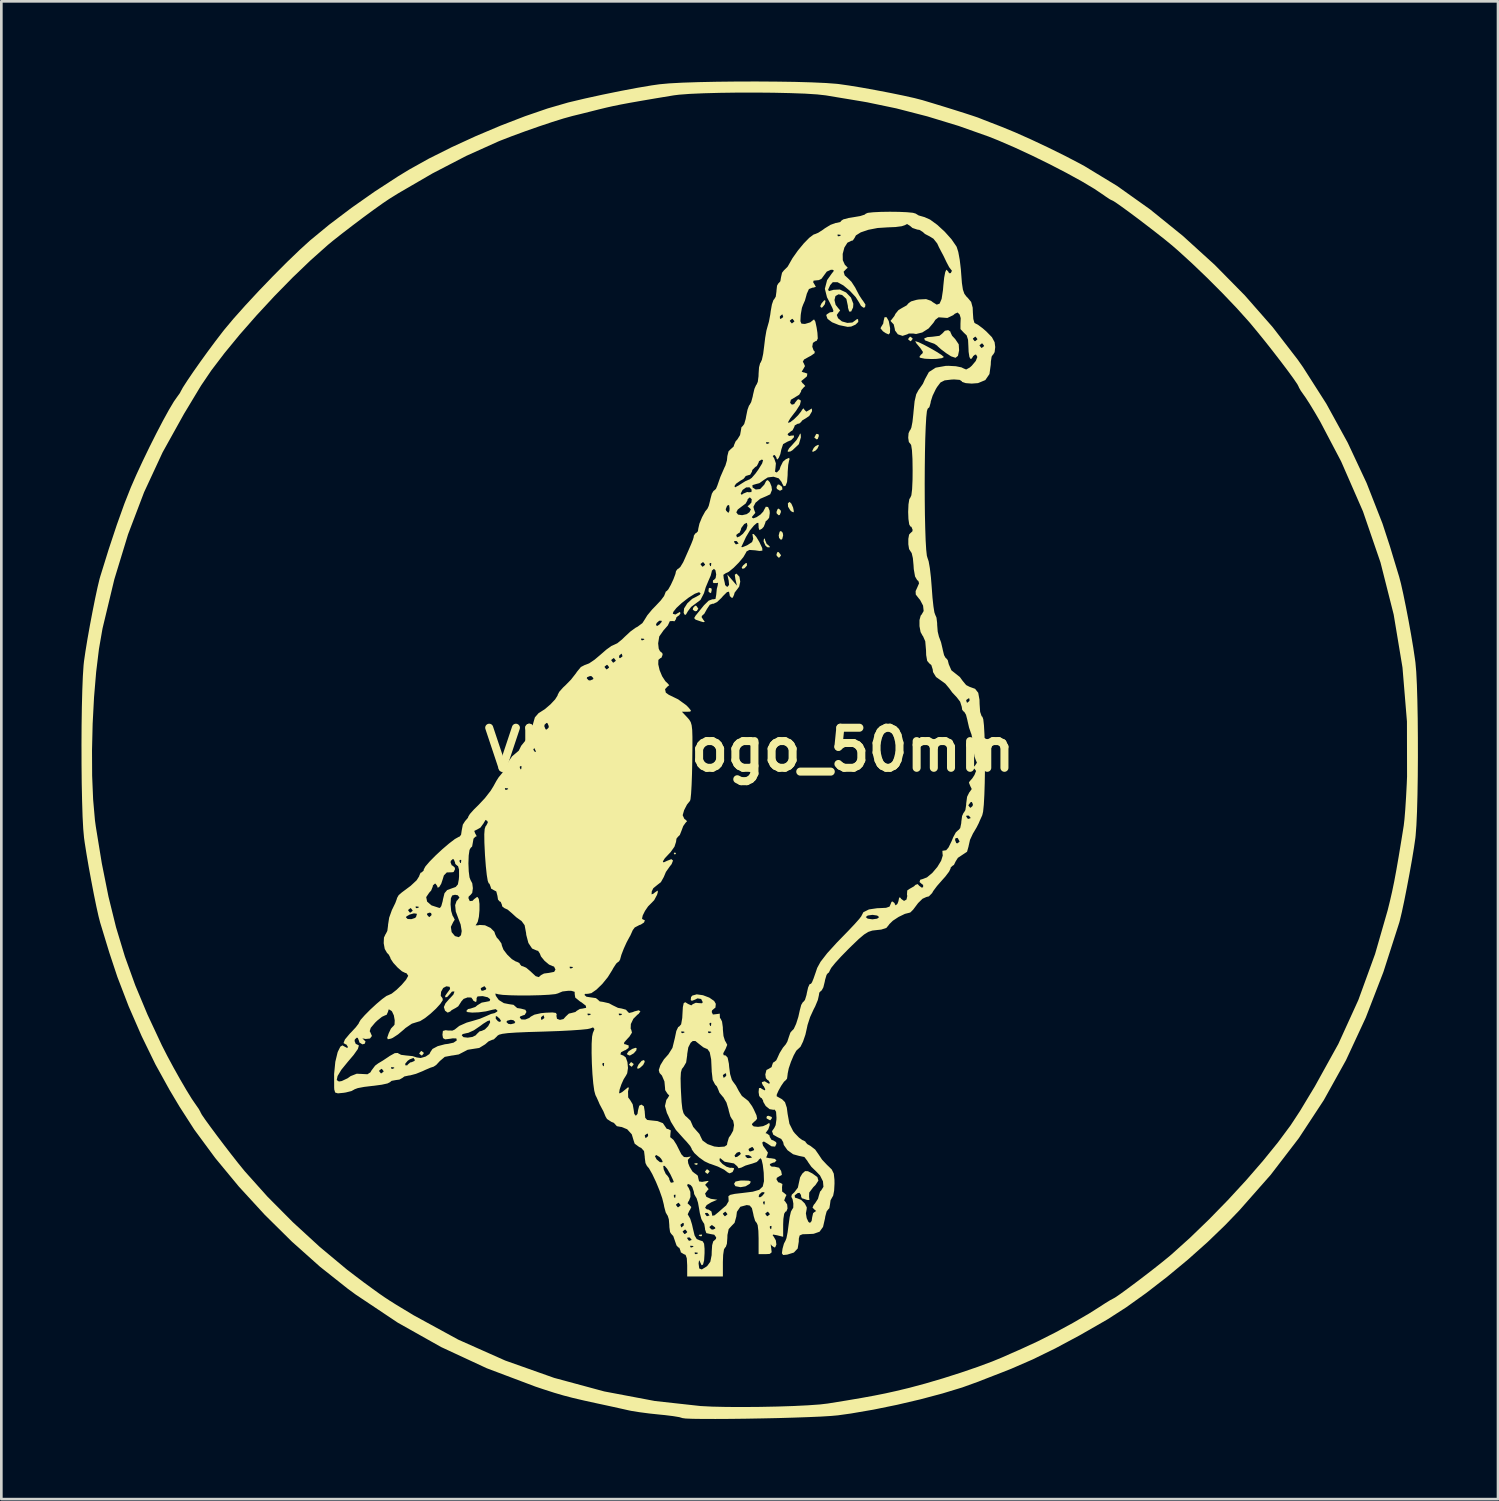
<source format=kicad_pcb>
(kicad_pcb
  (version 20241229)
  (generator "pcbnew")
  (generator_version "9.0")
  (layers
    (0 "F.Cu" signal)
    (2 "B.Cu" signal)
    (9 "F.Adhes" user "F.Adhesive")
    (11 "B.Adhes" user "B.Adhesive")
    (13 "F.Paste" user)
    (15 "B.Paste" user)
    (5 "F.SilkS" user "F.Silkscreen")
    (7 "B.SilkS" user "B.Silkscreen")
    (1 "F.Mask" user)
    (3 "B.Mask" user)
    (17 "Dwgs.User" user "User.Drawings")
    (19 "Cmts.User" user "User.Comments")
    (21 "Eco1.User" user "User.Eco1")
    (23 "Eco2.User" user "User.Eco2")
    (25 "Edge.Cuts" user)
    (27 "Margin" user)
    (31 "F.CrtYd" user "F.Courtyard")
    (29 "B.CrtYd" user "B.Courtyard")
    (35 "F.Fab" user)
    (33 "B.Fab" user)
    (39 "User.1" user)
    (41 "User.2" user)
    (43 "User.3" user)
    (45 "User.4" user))
  (footprint "VMFB_logo_50mm"
    (layer "F.Cu")
    (at 25.011 25.011)
    (property "Reference" "VMFB_logo_50mm" (at 0 0 0) (layer "F.SilkS") (effects (font (size 1.5 1.5) (thickness 0.3))))
    (attr board_only exclude_from_pos_files exclude_from_bom)
    (fp_poly (pts (xy -2.757 3.885) (xy -2.799 3.927) (xy -2.841 3.885) (xy -2.799 3.843)) (stroke (width 0) (type solid)) (fill yes) (layer "F.SilkS"))
    (fp_poly (pts (xy -1.95 15.485) (xy -1.961 15.535) (xy -2.005 15.541) (xy -2.074 15.51) (xy -2.061 15.485) (xy -1.962 15.475)) (stroke (width 0) (type solid)) (fill yes) (layer "F.SilkS"))
    (fp_poly (pts (xy -1.782 18.159) (xy -1.794 18.208) (xy -1.838 18.214) (xy -1.907 18.184) (xy -1.894 18.159) (xy -1.795 18.149)) (stroke (width 0) (type solid)) (fill yes) (layer "F.SilkS"))
    (fp_poly (pts (xy -1.997 -5.384) (xy -1.923 -5.278) (xy -1.981 -5.192) (xy -2.044 -5.18) (xy -2.129 -5.236) (xy -2.119 -5.305) (xy -2.041 -5.39)) (stroke (width 0) (type solid)) (fill yes) (layer "F.SilkS"))
    (fp_poly (pts (xy -1.433 -6.039) (xy -1.42 -5.979) (xy -1.448 -5.858) (xy -1.52 -5.894) (xy -1.542 -5.926) (xy -1.532 -6.034) (xy -1.505 -6.057)) (stroke (width 0) (type solid)) (fill yes) (layer "F.SilkS"))
    (fp_poly (pts (xy -0.103 -6.891) (xy -0.188 -6.795) (xy -0.266 -6.768) (xy -0.299 -6.816) (xy -0.249 -6.895) (xy -0.147 -6.983) (xy -0.105 -6.984)) (stroke (width 0) (type solid)) (fill yes) (layer "F.SilkS"))
    (fp_poly (pts (xy 1.212 -9.84) (xy 1.226 -9.74) (xy 1.135 -9.692) (xy 1.02 -9.759) (xy 1.003 -9.824) (xy 1.051 -9.922) (xy 1.102 -9.924)) (stroke (width 0) (type solid)) (fill yes) (layer "F.SilkS"))
    (fp_poly (pts (xy 2.84 -16.803) (xy 2.812 -16.672) (xy 2.724 -16.559) (xy 2.676 -16.543) (xy 2.64 -16.599) (xy 2.691 -16.707) (xy 2.793 -16.825)) (stroke (width 0) (type solid)) (fill yes) (layer "F.SilkS"))
    (fp_poly (pts (xy -12.201 11.343) (xy -12.199 11.363) (xy -12.262 11.444) (xy -12.282 11.447) (xy -12.363 11.383) (xy -12.366 11.363) (xy -12.302 11.282) (xy -12.282 11.28)) (stroke (width 0) (type solid)) (fill yes) (layer "F.SilkS"))
    (fp_poly (pts (xy -4.347 11.761) (xy -4.345 11.781) (xy -4.408 11.862) (xy -4.428 11.864) (xy -4.509 11.801) (xy -4.512 11.781) (xy -4.448 11.7) (xy -4.428 11.697)) (stroke (width 0) (type solid)) (fill yes) (layer "F.SilkS"))
    (fp_poly (pts (xy -3.927 11.681) (xy -3.987 11.801) (xy -4.113 11.916) (xy -4.195 11.948) (xy -4.21 11.89) (xy -4.158 11.781) (xy -4.044 11.647) (xy -3.954 11.617)) (stroke (width 0) (type solid)) (fill yes) (layer "F.SilkS"))
    (fp_poly (pts (xy -1.506 15.771) (xy -1.504 15.791) (xy -1.568 15.873) (xy -1.587 15.875) (xy -1.669 15.811) (xy -1.671 15.791) (xy -1.607 15.71) (xy -1.587 15.708)) (stroke (width 0) (type solid)) (fill yes) (layer "F.SilkS"))
    (fp_poly (pts (xy 0.82 13.746) (xy 0.836 13.786) (xy 0.776 13.867) (xy 0.757 13.87) (xy 0.644 13.809) (xy 0.627 13.786) (xy 0.646 13.715) (xy 0.705 13.703)) (stroke (width 0) (type solid)) (fill yes) (layer "F.SilkS"))
    (fp_poly (pts (xy 1.086 -7.394) (xy 1.167 -7.288) (xy 1.17 -7.264) (xy 1.106 -7.188) (xy 1.086 -7.186) (xy 1.013 -7.254) (xy 1.003 -7.316) (xy 1.043 -7.402)) (stroke (width 0) (type solid)) (fill yes) (layer "F.SilkS"))
    (fp_poly (pts (xy 1.16 -8.956) (xy 1.17 -8.898) (xy 1.125 -8.787) (xy 1.086 -8.773) (xy 1.012 -8.841) (xy 1.003 -8.898) (xy 1.048 -9.01) (xy 1.086 -9.024)) (stroke (width 0) (type solid)) (fill yes) (layer "F.SilkS"))
    (fp_poly (pts (xy 1.238 -8.118) (xy 1.253 -8.021) (xy 1.218 -7.885) (xy 1.17 -7.854) (xy 1.102 -7.924) (xy 1.086 -8.021) (xy 1.121 -8.157) (xy 1.17 -8.188)) (stroke (width 0) (type solid)) (fill yes) (layer "F.SilkS"))
    (fp_poly (pts (xy 2.578 -11.804) (xy 2.59 -11.744) (xy 2.547 -11.63) (xy 2.507 -11.614) (xy 2.425 -11.674) (xy 2.423 -11.692) (xy 2.484 -11.806) (xy 2.507 -11.823)) (stroke (width 0) (type solid)) (fill yes) (layer "F.SilkS"))
    (fp_poly (pts (xy 2.59 -11.384) (xy 2.533 -11.266) (xy 2.465 -11.196) (xy 2.364 -11.146) (xy 2.339 -11.176) (xy 2.397 -11.294) (xy 2.465 -11.363) (xy 2.566 -11.413)) (stroke (width 0) (type solid)) (fill yes) (layer "F.SilkS"))
    (fp_poly (pts (xy 6.097 -15.394) (xy 6.099 -15.374) (xy 6.036 -15.293) (xy 6.016 -15.29) (xy 5.935 -15.354) (xy 5.932 -15.374) (xy 5.996 -15.455) (xy 6.016 -15.457)) (stroke (width 0) (type solid)) (fill yes) (layer "F.SilkS"))
    (fp_poly (pts (xy 1.562 -9.206) (xy 1.626 -9.06) (xy 1.653 -8.923) (xy 1.641 -8.883) (xy 1.573 -8.911) (xy 1.519 -8.958) (xy 1.436 -9.096) (xy 1.43 -9.225) (xy 1.494 -9.274)) (stroke (width 0) (type solid)) (fill yes) (layer "F.SilkS"))
    (fp_poly (pts (xy -4.232 11.169) (xy -4.242 11.254) (xy -4.338 11.364) (xy -4.464 11.439) (xy -4.506 11.447) (xy -4.592 11.401) (xy -4.595 11.383) (xy -4.534 11.292) (xy -4.4 11.202) (xy -4.272 11.159)) (stroke (width 0) (type solid)) (fill yes) (layer "F.SilkS"))
    (fp_poly (pts (xy 0.578 -7.84) (xy 0.638 -7.699) (xy 0.689 -7.663) (xy 0.755 -7.598) (xy 0.743 -7.571) (xy 0.657 -7.579) (xy 0.589 -7.64) (xy 0.522 -7.794) (xy 0.529 -7.872) (xy 0.566 -7.912)) (stroke (width 0) (type solid)) (fill yes) (layer "F.SilkS"))
    (fp_poly (pts (xy -0.03 16.134) (xy 0.043 16.168) (xy 0.007 16.243) (xy 0 16.251) (xy -0.156 16.344) (xy -0.344 16.376) (xy -0.536 16.338) (xy -0.585 16.251) (xy -0.531 16.165) (xy -0.353 16.129) (xy -0.24 16.126)) (stroke (width 0) (type solid)) (fill yes) (layer "F.SilkS"))
    (fp_poly (pts (xy 1.912 -11.795) (xy 1.916 -11.689) (xy 1.841 -11.435) (xy 1.602 -11.209) (xy 1.525 -11.162) (xy 1.433 -11.15) (xy 1.42 -11.178) (xy 1.477 -11.284) (xy 1.597 -11.413) (xy 1.756 -11.593) (xy 1.843 -11.739) (xy 1.892 -11.841)) (stroke (width 0) (type solid)) (fill yes) (layer "F.SilkS"))
    (fp_poly (pts (xy 5.202 -16.052) (xy 5.211 -16.021) (xy 5.257 -15.774) (xy 5.251 -15.6) (xy 5.201 -15.543) (xy 5.091 -15.591) (xy 4.987 -15.661) (xy 4.896 -15.773) (xy 4.925 -15.83) (xy 4.999 -15.951) (xy 5.013 -16.047) (xy 5.048 -16.187) (xy 5.124 -16.187)) (stroke (width 0) (type solid)) (fill yes) (layer "F.SilkS"))
    (fp_poly (pts (xy 6.319 -15.253) (xy 6.521 -15.157) (xy 6.762 -15.028) (xy 6.998 -14.892) (xy 7.181 -14.775) (xy 7.267 -14.701) (xy 7.269 -14.696) (xy 7.194 -14.655) (xy 6.999 -14.628) (xy 6.81 -14.622) (xy 6.558 -14.634) (xy 6.391 -14.667) (xy 6.35 -14.698) (xy 6.416 -14.793) (xy 6.454 -14.812) (xy 6.487 -14.885) (xy 6.383 -15.04) (xy 6.356 -15.07) (xy 6.237 -15.213) (xy 6.198 -15.287) (xy 6.203 -15.29)) (stroke (width 0) (type solid)) (fill yes) (layer "F.SilkS"))
    (fp_poly (pts (xy 7.515 -15.645) (xy 7.52 -15.613) (xy 7.577 -15.493) (xy 7.693 -15.369) (xy 7.825 -15.173) (xy 7.839 -14.948) (xy 7.796 -14.741) (xy 7.704 -14.668) (xy 7.539 -14.723) (xy 7.355 -14.842) (xy 7.164 -14.986) (xy 7.038 -15.098) (xy 7.02 -15.121) (xy 6.913 -15.193) (xy 6.746 -15.251) (xy 6.56 -15.323) (xy 6.532 -15.393) (xy 6.654 -15.443) (xy 6.842 -15.457) (xy 7.102 -15.491) (xy 7.216 -15.583) (xy 7.308 -15.681) (xy 7.433 -15.704)) (stroke (width 0) (type solid)) (fill yes) (layer "F.SilkS"))
    (fp_poly (pts (xy 0.991 -25.006) (xy 1.691 -24.996) (xy 2.321 -24.978) (xy 2.852 -24.954) (xy 3.253 -24.924) (xy 3.334 -24.915) (xy 3.719 -24.86) (xy 4.195 -24.782) (xy 4.721 -24.687) (xy 5.253 -24.585) (xy 5.75 -24.483) (xy 6.168 -24.39) (xy 6.465 -24.313) (xy 6.475 -24.31) (xy 6.854 -24.196) (xy 7.267 -24.07) (xy 7.678 -23.942) (xy 8.051 -23.824) (xy 8.349 -23.727) (xy 8.535 -23.664) (xy 8.564 -23.653) (xy 8.715 -23.593) (xy 8.976 -23.491) (xy 9.3 -23.366) (xy 9.441 -23.311) (xy 9.938 -23.106) (xy 10.53 -22.842) (xy 11.165 -22.543) (xy 11.795 -22.232) (xy 12.367 -21.934) (xy 12.533 -21.843) (xy 13.751 -21.103) (xy 14.986 -20.225) (xy 16.212 -19.233) (xy 17.403 -18.151) (xy 18.534 -17.003) (xy 19.578 -15.813) (xy 20.51 -14.604) (xy 20.707 -14.324) (xy 21.582 -12.953) (xy 22.385 -11.49) (xy 23.093 -9.979) (xy 23.685 -8.468) (xy 23.968 -7.603) (xy 24.084 -7.217) (xy 24.191 -6.865) (xy 24.273 -6.595) (xy 24.31 -6.475) (xy 24.378 -6.215) (xy 24.464 -5.829) (xy 24.561 -5.356) (xy 24.661 -4.837) (xy 24.756 -4.311) (xy 24.839 -3.816) (xy 24.902 -3.393) (xy 24.92 -3.259) (xy 24.95 -2.911) (xy 24.974 -2.427) (xy 24.992 -1.836) (xy 25.005 -1.167) (xy 25.011 -0.45) (xy 25.012 0.285) (xy 25.007 1.01) (xy 24.996 1.695) (xy 24.979 2.31) (xy 24.956 2.826) (xy 24.927 3.213) (xy 24.918 3.3) (xy 24.865 3.668) (xy 24.789 4.129) (xy 24.697 4.643) (xy 24.598 5.167) (xy 24.5 5.663) (xy 24.409 6.088) (xy 24.334 6.402) (xy 24.314 6.475) (xy 23.721 8.321) (xy 23.061 10.029) (xy 22.321 11.622) (xy 21.489 13.119) (xy 20.554 14.542) (xy 19.504 15.911) (xy 18.326 17.247) (xy 17.797 17.797) (xy 17.137 18.433) (xy 16.402 19.088) (xy 15.625 19.732) (xy 14.844 20.336) (xy 14.094 20.873) (xy 13.412 21.312) (xy 13.352 21.348) (xy 12.345 21.925) (xy 11.436 22.412) (xy 10.594 22.823) (xy 9.788 23.174) (xy 9.441 23.311) (xy 9.105 23.441) (xy 8.812 23.555) (xy 8.61 23.634) (xy 8.564 23.653) (xy 7.954 23.873) (xy 7.217 24.097) (xy 6.392 24.317) (xy 5.521 24.521) (xy 4.642 24.701) (xy 3.794 24.847) (xy 3.3 24.916) (xy 3.046 24.939) (xy 2.673 24.962) (xy 2.205 24.982) (xy 1.666 25.001) (xy 1.08 25.018) (xy 0.468 25.031) (xy -0.143 25.042) (xy -0.733 25.049) (xy -1.277 25.052) (xy -1.751 25.051) (xy -2.132 25.046) (xy -2.398 25.035) (xy -2.524 25.018) (xy -2.529 25.015) (xy -2.632 24.984) (xy -2.861 24.946) (xy -3.176 24.907) (xy -3.36 24.889) (xy -3.756 24.847) (xy -4.137 24.797) (xy -4.438 24.748) (xy -4.512 24.733) (xy -4.769 24.675) (xy -5.126 24.596) (xy -5.517 24.511) (xy -5.64 24.485) (xy -6.179 24.367) (xy -6.604 24.268) (xy -6.968 24.173) (xy -7.319 24.07) (xy -7.71 23.944) (xy -8.021 23.84) (xy -9.84 23.154) (xy -11.547 22.361) (xy -13.173 21.447) (xy -14.746 20.396) (xy -15.03 20.188) (xy -16.082 19.354) (xy -17.131 18.418) (xy -18.152 17.409) (xy -19.119 16.355) (xy -20.005 15.284) (xy -20.786 14.225) (xy -21.347 13.353) (xy -21.432 13.21) (xy -21.571 12.977) (xy -21.72 12.726) (xy -22.245 11.776) (xy -22.761 10.717) (xy -23.245 9.607) (xy -23.669 8.502) (xy -23.967 7.603) (xy -24.085 7.217) (xy -24.192 6.865) (xy -24.274 6.595) (xy -24.311 6.475) (xy -24.373 6.234) (xy -24.455 5.867) (xy -24.548 5.411) (xy -24.645 4.905) (xy -24.74 4.388) (xy -24.824 3.898) (xy -24.891 3.474) (xy -24.915 3.3) (xy -24.945 2.97) (xy -24.97 2.501) (xy -24.988 1.923) (xy -25.002 1.265) (xy -25.009 0.555) (xy -25.01 0.021) (xy -24.617 0.021) (xy -24.612 0.98) (xy -24.575 1.866) (xy -24.507 2.641) (xy -24.474 2.883) (xy -24.25 4.256) (xy -24.001 5.499) (xy -23.717 6.65) (xy -23.386 7.744) (xy -22.998 8.82) (xy -22.541 9.914) (xy -22.004 11.063) (xy -22 11.071) (xy -21.8 11.463) (xy -21.566 11.898) (xy -21.32 12.337) (xy -21.085 12.74) (xy -20.883 13.068) (xy -20.753 13.258) (xy -20.626 13.44) (xy -20.558 13.561) (xy -20.554 13.577) (xy -20.506 13.664) (xy -20.374 13.856) (xy -20.178 14.126) (xy -19.939 14.448) (xy -19.675 14.797) (xy -19.407 15.145) (xy -19.155 15.466) (xy -18.938 15.734) (xy -18.892 15.789) (xy -18.047 16.733) (xy -17.096 17.69) (xy -16.088 18.615) (xy -15.071 19.463) (xy -14.454 19.932) (xy -14.126 20.171) (xy -13.879 20.35) (xy -13.674 20.492) (xy -13.473 20.624) (xy -13.239 20.771) (xy -12.933 20.956) (xy -12.572 21.174) (xy -10.907 22.083) (xy -9.148 22.866) (xy -7.319 23.514) (xy -5.444 24.021) (xy -3.545 24.38) (xy -1.838 24.568) (xy -1.405 24.59) (xy -0.867 24.602) (xy -0.258 24.605) (xy 0.386 24.6) (xy 1.031 24.587) (xy 1.644 24.567) (xy 2.19 24.54) (xy 2.634 24.508) (xy 2.923 24.474) (xy 3.621 24.361) (xy 4.191 24.264) (xy 4.667 24.177) (xy 5.087 24.093) (xy 5.487 24.004) (xy 5.903 23.904) (xy 5.974 23.887) (xy 6.578 23.725) (xy 7.236 23.531) (xy 7.902 23.319) (xy 8.533 23.103) (xy 9.082 22.899) (xy 9.441 22.751) (xy 9.751 22.614) (xy 10.049 22.483) (xy 10.193 22.419) (xy 10.79 22.143) (xy 11.445 21.812) (xy 12.1 21.456) (xy 12.699 21.108) (xy 13.065 20.877) (xy 13.312 20.717) (xy 13.5 20.602) (xy 13.591 20.554) (xy 13.592 20.554) (xy 13.68 20.505) (xy 13.873 20.373) (xy 14.142 20.177) (xy 14.463 19.938) (xy 14.808 19.676) (xy 15.15 19.411) (xy 15.463 19.163) (xy 15.72 18.952) (xy 15.791 18.892) (xy 16.485 18.267) (xy 17.195 17.581) (xy 17.9 16.858) (xy 18.58 16.12) (xy 19.212 15.391) (xy 19.776 14.696) (xy 20.249 14.058) (xy 20.596 13.529) (xy 20.672 13.403) (xy 20.813 13.169) (xy 20.996 12.865) (xy 21.154 12.604) (xy 22.034 11.014) (xy 22.782 9.372) (xy 23.409 7.649) (xy 23.879 6.016) (xy 23.969 5.652) (xy 24.05 5.298) (xy 24.127 4.925) (xy 24.206 4.5) (xy 24.294 3.994) (xy 24.396 3.375) (xy 24.482 2.841) (xy 24.51 2.597) (xy 24.54 2.228) (xy 24.569 1.774) (xy 24.595 1.276) (xy 24.606 1.003) (xy 24.602 -1.055) (xy 24.435 -3.076) (xy 24.105 -5.061) (xy 23.612 -7.008) (xy 22.956 -8.919) (xy 22.138 -10.791) (xy 21.354 -12.282) (xy 21.155 -12.624) (xy 20.962 -12.942) (xy 20.805 -13.185) (xy 20.753 -13.258) (xy 20.626 -13.439) (xy 20.558 -13.559) (xy 20.554 -13.575) (xy 20.504 -13.672) (xy 20.367 -13.874) (xy 20.161 -14.158) (xy 19.904 -14.499) (xy 19.615 -14.874) (xy 19.313 -15.258) (xy 19.014 -15.627) (xy 18.739 -15.959) (xy 18.661 -16.049) (xy 18.219 -16.54) (xy 17.694 -17.09) (xy 17.127 -17.658) (xy 16.559 -18.202) (xy 16.034 -18.681) (xy 15.789 -18.892) (xy 15.539 -19.097) (xy 15.228 -19.342) (xy 14.884 -19.608) (xy 14.534 -19.875) (xy 14.202 -20.122) (xy 13.916 -20.33) (xy 13.703 -20.48) (xy 13.588 -20.551) (xy 13.577 -20.554) (xy 13.483 -20.6) (xy 13.313 -20.713) (xy 13.258 -20.753) (xy 12.903 -20.992) (xy 12.425 -21.277) (xy 11.855 -21.59) (xy 11.226 -21.916) (xy 10.57 -22.238) (xy 9.919 -22.54) (xy 9.306 -22.805) (xy 8.94 -22.951) (xy 7.822 -23.347) (xy 6.651 -23.704) (xy 5.489 -24.004) (xy 4.397 -24.232) (xy 4.219 -24.263) (xy 3.781 -24.336) (xy 3.31 -24.414) (xy 2.898 -24.483) (xy 2.841 -24.492) (xy 2.526 -24.527) (xy 2.076 -24.556) (xy 1.522 -24.576) (xy 0.894 -24.59) (xy 0.225 -24.596) (xy -0.454 -24.595) (xy -1.113 -24.586) (xy -1.719 -24.57) (xy -2.242 -24.547) (xy -2.65 -24.516) (xy -2.841 -24.492) (xy -3.517 -24.38) (xy -4.056 -24.288) (xy -4.483 -24.213) (xy -4.825 -24.149) (xy -5.11 -24.091) (xy -5.364 -24.034) (xy -5.614 -23.973) (xy -5.64 -23.967) (xy -6.004 -23.875) (xy -6.352 -23.788) (xy -6.615 -23.724) (xy -6.642 -23.717) (xy -6.961 -23.629) (xy -7.392 -23.494) (xy -7.889 -23.328) (xy -8.41 -23.145) (xy -8.91 -22.961) (xy -9.346 -22.792) (xy -9.411 -22.765) (xy -10.612 -22.224) (xy -11.871 -21.571) (xy -13.146 -20.83) (xy -13.491 -20.616) (xy -13.737 -20.45) (xy -14.076 -20.208) (xy -14.471 -19.918) (xy -14.883 -19.607) (xy -15.276 -19.305) (xy -15.611 -19.04) (xy -15.791 -18.891) (xy -16.438 -18.315) (xy -17.114 -17.667) (xy -17.795 -16.971) (xy -18.461 -16.252) (xy -19.09 -15.535) (xy -19.658 -14.844) (xy -20.146 -14.203) (xy -20.53 -13.637) (xy -20.596 -13.529) (xy -20.671 -13.404) (xy -20.812 -13.17) (xy -20.996 -12.864) (xy -21.172 -12.573) (xy -21.973 -11.133) (xy -22.668 -9.636) (xy -23.268 -8.059) (xy -23.781 -6.378) (xy -24.216 -4.568) (xy -24.228 -4.512) (xy -24.357 -3.769) (xy -24.462 -2.906) (xy -24.541 -1.961) (xy -24.593 -0.972) (xy -24.617 0.021) (xy -25.01 0.021) (xy -25.011 -0.176) (xy -25.007 -0.901) (xy -24.997 -1.59) (xy -24.981 -2.215) (xy -24.96 -2.746) (xy -24.933 -3.155) (xy -24.918 -3.3) (xy -24.864 -3.671) (xy -24.789 -4.131) (xy -24.698 -4.642) (xy -24.599 -5.163) (xy -24.501 -5.655) (xy -24.41 -6.078) (xy -24.335 -6.391) (xy -24.311 -6.475) (xy -23.993 -7.499) (xy -23.688 -8.418) (xy -23.403 -9.213) (xy -23.164 -9.817) (xy -22.96 -10.285) (xy -22.723 -10.796) (xy -22.468 -11.324) (xy -22.209 -11.84) (xy -21.961 -12.315) (xy -21.738 -12.72) (xy -21.555 -13.028) (xy -21.434 -13.201) (xy -21.328 -13.348) (xy -21.296 -13.411) (xy -21.217 -13.555) (xy -21.057 -13.804) (xy -20.836 -14.13) (xy -20.574 -14.503) (xy -20.29 -14.896) (xy -20.005 -15.28) (xy -19.739 -15.627) (xy -19.676 -15.708) (xy -19.322 -16.131) (xy -18.876 -16.631) (xy -18.371 -17.175) (xy -17.84 -17.727) (xy -17.315 -18.254) (xy -16.829 -18.721) (xy -16.456 -19.06) (xy -15.735 -19.654) (xy -14.912 -20.276) (xy -14.036 -20.891) (xy -13.158 -21.462) (xy -12.744 -21.714) (xy -11.999 -22.129) (xy -11.153 -22.552) (xy -10.247 -22.968) (xy -9.321 -23.359) (xy -8.412 -23.71) (xy -7.562 -24.002) (xy -6.81 -24.22) (xy -6.768 -24.231) (xy -6.165 -24.374) (xy -5.507 -24.518) (xy -4.841 -24.654) (xy -4.213 -24.773) (xy -3.669 -24.865) (xy -3.374 -24.907) (xy -3.014 -24.94) (xy -2.518 -24.967) (xy -1.913 -24.987) (xy -1.23 -25.001) (xy -0.499 -25.009) (xy 0.251 -25.011)) (stroke (width 0) (type solid)) (fill yes) (layer "F.SilkS"))
    (fp_poly (pts (xy 5.584 -20.131) (xy 5.885 -20.118) (xy 6.11 -20.096) (xy 6.217 -20.065) (xy 6.219 -20.062) (xy 6.325 -19.997) (xy 6.523 -19.94) (xy 6.54 -19.936) (xy 6.752 -19.842) (xy 7.019 -19.647) (xy 7.3 -19.389) (xy 7.553 -19.107) (xy 7.738 -18.838) (xy 7.749 -18.817) (xy 7.808 -18.631) (xy 7.863 -18.333) (xy 7.905 -17.975) (xy 7.915 -17.838) (xy 7.944 -17.467) (xy 7.981 -17.222) (xy 8.036 -17.064) (xy 8.12 -16.953) (xy 8.159 -16.917) (xy 8.29 -16.759) (xy 8.347 -16.546) (xy 8.355 -16.353) (xy 8.371 -16.122) (xy 8.411 -15.98) (xy 8.439 -15.959) (xy 8.543 -15.906) (xy 8.721 -15.773) (xy 8.856 -15.656) (xy 9.068 -15.439) (xy 9.168 -15.252) (xy 9.191 -15.072) (xy 9.169 -14.882) (xy 9.116 -14.79) (xy 9.107 -14.789) (xy 9.057 -14.714) (xy 9.028 -14.525) (xy 9.024 -14.413) (xy 8.975 -14.06) (xy 8.82 -13.834) (xy 8.547 -13.721) (xy 8.313 -13.703) (xy 8.088 -13.72) (xy 7.954 -13.765) (xy 7.938 -13.791) (xy 7.861 -13.842) (xy 7.655 -13.858) (xy 7.548 -13.853) (xy 7.297 -13.823) (xy 7.143 -13.745) (xy 7.015 -13.576) (xy 6.966 -13.494) (xy 6.848 -13.25) (xy 6.779 -13.035) (xy 6.771 -12.979) (xy 6.726 -12.819) (xy 6.663 -12.763) (xy 6.634 -12.673) (xy 6.609 -12.439) (xy 6.589 -12.087) (xy 6.572 -11.639) (xy 6.561 -11.12) (xy 6.554 -10.553) (xy 6.551 -9.963) (xy 6.553 -9.372) (xy 6.559 -8.806) (xy 6.571 -8.288) (xy 6.586 -7.842) (xy 6.607 -7.491) (xy 6.632 -7.26) (xy 6.656 -7.178) (xy 6.699 -7.051) (xy 6.744 -6.796) (xy 6.784 -6.449) (xy 6.814 -6.076) (xy 6.843 -5.688) (xy 6.878 -5.364) (xy 6.914 -5.139) (xy 6.946 -5.048) (xy 6.992 -4.943) (xy 7.017 -4.738) (xy 7.018 -4.673) (xy 7.038 -4.42) (xy 7.086 -4.222) (xy 7.097 -4.197) (xy 7.163 -4.019) (xy 7.221 -3.773) (xy 7.227 -3.739) (xy 7.276 -3.538) (xy 7.336 -3.431) (xy 7.351 -3.426) (xy 7.413 -3.353) (xy 7.452 -3.198) (xy 7.551 -2.97) (xy 7.675 -2.872) (xy 7.868 -2.719) (xy 7.969 -2.579) (xy 8.103 -2.418) (xy 8.232 -2.352) (xy 8.438 -2.278) (xy 8.555 -2.129) (xy 8.602 -1.868) (xy 8.606 -1.71) (xy 8.626 -1.415) (xy 8.682 -1.253) (xy 8.71 -1.232) (xy 8.743 -1.141) (xy 8.769 -0.913) (xy 8.788 -0.577) (xy 8.801 -0.162) (xy 8.807 0.301) (xy 8.806 0.784) (xy 8.798 1.257) (xy 8.784 1.69) (xy 8.764 2.055) (xy 8.737 2.321) (xy 8.706 2.453) (xy 8.616 2.651) (xy 8.571 2.757) (xy 8.493 2.911) (xy 8.371 3.117) (xy 8.36 3.133) (xy 8.247 3.375) (xy 8.194 3.61) (xy 8.194 3.616) (xy 8.136 3.821) (xy 7.971 3.93) (xy 7.794 4.048) (xy 7.711 4.179) (xy 7.645 4.314) (xy 7.594 4.345) (xy 7.524 4.411) (xy 7.519 4.449) (xy 7.464 4.564) (xy 7.325 4.748) (xy 7.2 4.888) (xy 7.012 5.102) (xy 6.872 5.289) (xy 6.828 5.368) (xy 6.708 5.491) (xy 6.614 5.514) (xy 6.469 5.58) (xy 6.303 5.743) (xy 6.256 5.806) (xy 6.12 5.987) (xy 6.017 6.09) (xy 5.995 6.099) (xy 5.81 6.146) (xy 5.575 6.26) (xy 5.359 6.402) (xy 5.224 6.534) (xy 5.215 6.552) (xy 5.116 6.672) (xy 4.924 6.734) (xy 4.763 6.751) (xy 4.59 6.771) (xy 4.441 6.82) (xy 4.283 6.918) (xy 4.084 7.086) (xy 3.812 7.347) (xy 3.697 7.46) (xy 3.425 7.738) (xy 3.203 7.981) (xy 3.056 8.162) (xy 3.008 8.249) (xy 2.962 8.347) (xy 2.935 8.355) (xy 2.878 8.429) (xy 2.823 8.614) (xy 2.809 8.689) (xy 2.757 8.898) (xy 2.693 9.015) (xy 2.673 9.024) (xy 2.606 9.094) (xy 2.59 9.196) (xy 2.551 9.37) (xy 2.451 9.611) (xy 2.395 9.718) (xy 2.262 10.008) (xy 2.165 10.308) (xy 2.149 10.388) (xy 2.086 10.667) (xy 1.997 10.926) (xy 1.903 11.119) (xy 1.822 11.196) (xy 1.82 11.196) (xy 1.744 11.268) (xy 1.645 11.448) (xy 1.544 11.686) (xy 1.462 11.929) (xy 1.422 12.125) (xy 1.42 12.152) (xy 1.399 12.312) (xy 1.356 12.366) (xy 1.285 12.429) (xy 1.182 12.578) (xy 1.081 12.758) (xy 1.014 12.908) (xy 1.01 12.972) (xy 1.102 13.024) (xy 1.212 13.085) (xy 1.322 13.194) (xy 1.39 13.4) (xy 1.42 13.634) (xy 1.488 14.003) (xy 1.629 14.282) (xy 1.687 14.356) (xy 1.847 14.522) (xy 1.974 14.615) (xy 2 14.622) (xy 2.085 14.668) (xy 2.089 14.685) (xy 2.156 14.764) (xy 2.276 14.832) (xy 2.452 14.968) (xy 2.571 15.138) (xy 2.709 15.345) (xy 2.904 15.552) (xy 2.926 15.571) (xy 3.073 15.715) (xy 3.148 15.869) (xy 3.173 16.095) (xy 3.175 16.241) (xy 3.161 16.504) (xy 3.125 16.693) (xy 3.091 16.752) (xy 3.027 16.867) (xy 3.008 17.008) (xy 2.982 17.163) (xy 2.935 17.212) (xy 2.88 17.286) (xy 2.83 17.471) (xy 2.818 17.549) (xy 2.746 17.863) (xy 2.616 18.043) (xy 2.393 18.121) (xy 2.204 18.131) (xy 1.977 18.138) (xy 1.871 18.183) (xy 1.84 18.301) (xy 1.838 18.413) (xy 1.797 18.671) (xy 1.654 18.823) (xy 1.404 18.901) (xy 1.252 18.915) (xy 1.206 18.851) (xy 1.229 18.682) (xy 1.282 18.489) (xy 1.338 18.382) (xy 1.339 18.382) (xy 1.377 18.283) (xy 1.42 18.065) (xy 1.458 17.776) (xy 1.497 17.494) (xy 1.544 17.291) (xy 1.588 17.212) (xy 1.588 17.212) (xy 1.631 17.144) (xy 1.635 16.99) (xy 1.605 16.826) (xy 1.56 16.739) (xy 1.576 16.657) (xy 1.672 16.567) (xy 1.804 16.392) (xy 1.838 16.232) (xy 1.888 16.006) (xy 1.97 15.868) (xy 2.072 15.776) (xy 2.178 15.777) (xy 2.345 15.862) (xy 2.534 15.998) (xy 2.572 16.13) (xy 2.462 16.296) (xy 2.38 16.377) (xy 2.229 16.578) (xy 2.223 16.738) (xy 2.237 16.856) (xy 2.149 16.854) (xy 2.133 16.848) (xy 1.996 16.802) (xy 1.957 16.794) (xy 1.925 16.726) (xy 1.922 16.671) (xy 1.866 16.587) (xy 1.796 16.597) (xy 1.685 16.682) (xy 1.694 16.767) (xy 1.783 16.794) (xy 1.927 16.852) (xy 2.062 16.985) (xy 2.138 17.133) (xy 2.131 17.211) (xy 2.104 17.354) (xy 2.134 17.535) (xy 2.2 17.677) (xy 2.258 17.713) (xy 2.319 17.642) (xy 2.339 17.504) (xy 2.375 17.347) (xy 2.444 17.294) (xy 2.49 17.268) (xy 2.426 17.216) (xy 2.352 17.14) (xy 2.396 17.04) (xy 2.447 16.981) (xy 2.558 16.808) (xy 2.59 16.688) (xy 2.636 16.54) (xy 2.674 16.502) (xy 2.761 16.362) (xy 2.743 16.157) (xy 2.633 15.938) (xy 2.498 15.796) (xy 2.308 15.612) (xy 2.177 15.425) (xy 2.166 15.4) (xy 2.047 15.246) (xy 1.855 15.207) (xy 1.627 15.144) (xy 1.415 14.991) (xy 1.277 14.796) (xy 1.253 14.688) (xy 1.182 14.571) (xy 1.044 14.504) (xy 0.883 14.412) (xy 0.836 14.279) (xy 0.919 14.162) (xy 0.972 14.053) (xy 1.001 13.844) (xy 1.003 13.772) (xy 0.988 13.554) (xy 0.937 13.473) (xy 0.885 13.479) (xy 0.747 13.456) (xy 0.601 13.339) (xy 0.509 13.184) (xy 0.501 13.132) (xy 0.446 13.04) (xy 0.418 13.034) (xy 0.356 12.962) (xy 0.334 12.815) (xy 0.348 12.668) (xy 0.409 12.662) (xy 0.46 12.7) (xy 0.564 12.753) (xy 0.585 12.715) (xy 0.524 12.592) (xy 0.5 12.574) (xy 0.453 12.471) (xy 0.466 12.44) (xy 0.562 12.412) (xy 0.634 12.456) (xy 0.732 12.509) (xy 0.752 12.46) (xy 0.694 12.37) (xy 0.668 12.366) (xy 0.606 12.294) (xy 0.585 12.157) (xy 0.628 11.989) (xy 0.71 11.948) (xy 0.821 11.881) (xy 0.836 11.823) (xy 0.875 11.711) (xy 0.909 11.697) (xy 0.994 11.629) (xy 1.032 11.551) (xy 1.121 11.355) (xy 1.245 11.154) (xy 1.351 11.028) (xy 1.411 10.923) (xy 1.465 10.757) (xy 1.523 10.591) (xy 1.576 10.528) (xy 1.65 10.454) (xy 1.738 10.263) (xy 1.821 10.002) (xy 1.876 9.755) (xy 1.929 9.554) (xy 1.993 9.447) (xy 2.008 9.441) (xy 2.069 9.368) (xy 2.126 9.183) (xy 2.14 9.107) (xy 2.188 8.898) (xy 2.241 8.782) (xy 2.257 8.773) (xy 2.295 8.762) (xy 2.334 8.705) (xy 2.389 8.571) (xy 2.474 8.327) (xy 2.527 8.169) (xy 2.653 7.939) (xy 2.9 7.62) (xy 3.261 7.223) (xy 3.405 7.075) (xy 3.692 6.78) (xy 3.931 6.527) (xy 4.099 6.338) (xy 4.154 6.266) (xy 4.345 6.266) (xy 4.417 6.325) (xy 4.592 6.35) (xy 4.595 6.35) (xy 4.771 6.326) (xy 4.846 6.267) (xy 4.846 6.266) (xy 4.773 6.208) (xy 4.599 6.183) (xy 4.595 6.183) (xy 4.419 6.207) (xy 4.345 6.265) (xy 4.345 6.266) (xy 4.154 6.266) (xy 4.175 6.239) (xy 4.178 6.232) (xy 4.255 6.084) (xy 4.465 5.979) (xy 4.779 5.933) (xy 4.84 5.932) (xy 5.105 5.919) (xy 5.235 5.874) (xy 5.264 5.807) (xy 5.309 5.696) (xy 5.347 5.682) (xy 5.426 5.747) (xy 5.431 5.779) (xy 5.465 5.827) (xy 5.529 5.773) (xy 5.567 5.675) (xy 5.595 5.533) (xy 5.638 5.537) (xy 5.674 5.588) (xy 5.778 5.661) (xy 5.87 5.61) (xy 5.899 5.475) (xy 5.888 5.423) (xy 5.898 5.269) (xy 5.989 5.207) (xy 6.15 5.115) (xy 6.204 5.061) (xy 6.288 5.031) (xy 6.345 5.094) (xy 6.442 5.165) (xy 6.492 5.146) (xy 6.493 5.06) (xy 6.454 5.037) (xy 6.358 4.954) (xy 6.383 4.868) (xy 6.463 4.846) (xy 6.636 4.78) (xy 6.835 4.614) (xy 7.024 4.391) (xy 7.166 4.158) (xy 7.228 3.96) (xy 7.219 3.894) (xy 7.213 3.785) (xy 7.267 3.777) (xy 7.355 3.764) (xy 7.445 3.658) (xy 7.554 3.434) (xy 7.577 3.379) (xy 7.687 3.379) (xy 7.73 3.493) (xy 7.77 3.509) (xy 7.852 3.449) (xy 7.854 3.431) (xy 7.793 3.317) (xy 7.77 3.3) (xy 7.699 3.319) (xy 7.687 3.379) (xy 7.577 3.379) (xy 7.618 3.279) (xy 7.715 3.098) (xy 7.808 3.01) (xy 7.819 3.008) (xy 7.881 2.934) (xy 7.919 2.751) (xy 7.922 2.695) (xy 7.948 2.502) (xy 8.105 2.502) (xy 8.165 2.587) (xy 8.188 2.59) (xy 8.27 2.562) (xy 8.272 2.553) (xy 8.213 2.482) (xy 8.188 2.465) (xy 8.111 2.471) (xy 8.105 2.502) (xy 7.948 2.502) (xy 7.95 2.485) (xy 8.005 2.363) (xy 8.019 2.354) (xy 8.074 2.26) (xy 8.099 2.094) (xy 8.188 2.094) (xy 8.252 2.17) (xy 8.272 2.172) (xy 8.345 2.104) (xy 8.355 2.042) (xy 8.315 1.956) (xy 8.272 1.963) (xy 8.191 2.07) (xy 8.188 2.094) (xy 8.099 2.094) (xy 8.103 2.064) (xy 8.105 2.009) (xy 8.138 1.763) (xy 8.221 1.596) (xy 8.231 1.587) (xy 8.312 1.473) (xy 8.257 1.361) (xy 8.206 1.233) (xy 8.235 1.184) (xy 8.334 1.072) (xy 8.415 0.946) (xy 8.474 0.798) (xy 8.426 0.728) (xy 8.415 0.723) (xy 8.365 0.664) (xy 8.433 0.598) (xy 8.506 0.486) (xy 8.469 0.403) (xy 8.414 0.255) (xy 8.379 0.016) (xy 8.373 -0.082) (xy 8.349 -0.353) (xy 8.3 -0.577) (xy 8.281 -0.625) (xy 8.213 -0.822) (xy 8.154 -1.078) (xy 8.149 -1.107) (xy 8.097 -1.308) (xy 8.033 -1.415) (xy 8.017 -1.42) (xy 7.955 -1.491) (xy 7.938 -1.606) (xy 7.878 -1.795) (xy 7.845 -1.838) (xy 8.105 -1.838) (xy 8.133 -1.757) (xy 8.141 -1.755) (xy 8.213 -1.813) (xy 8.23 -1.838) (xy 8.223 -1.915) (xy 8.193 -1.922) (xy 8.108 -1.861) (xy 8.105 -1.838) (xy 7.845 -1.838) (xy 7.75 -1.962) (xy 7.58 -2.143) (xy 7.472 -2.293) (xy 7.324 -2.47) (xy 7.225 -2.543) (xy 6.975 -2.721) (xy 6.863 -2.905) (xy 6.851 -3.005) (xy 6.799 -3.168) (xy 6.726 -3.228) (xy 6.644 -3.323) (xy 6.606 -3.542) (xy 6.601 -3.717) (xy 6.572 -4.057) (xy 6.488 -4.249) (xy 6.475 -4.261) (xy 6.397 -4.403) (xy 6.356 -4.624) (xy 6.356 -4.853) (xy 6.402 -5.02) (xy 6.434 -5.055) (xy 6.512 -5.19) (xy 6.49 -5.393) (xy 6.377 -5.607) (xy 6.336 -5.655) (xy 6.217 -5.807) (xy 6.211 -5.936) (xy 6.269 -6.063) (xy 6.34 -6.226) (xy 6.314 -6.315) (xy 6.268 -6.349) (xy 6.19 -6.484) (xy 6.142 -6.759) (xy 6.133 -6.905) (xy 6.108 -7.171) (xy 6.064 -7.359) (xy 6.023 -7.42) (xy 5.966 -7.51) (xy 5.938 -7.689) (xy 5.938 -7.891) (xy 5.967 -8.051) (xy 6.016 -8.105) (xy 6.09 -8.172) (xy 6.099 -8.23) (xy 6.054 -8.341) (xy 6.016 -8.355) (xy 5.972 -8.432) (xy 5.942 -8.635) (xy 5.932 -8.898) (xy 5.944 -9.182) (xy 5.975 -9.376) (xy 6.016 -9.441) (xy 6.052 -9.522) (xy 6.08 -9.75) (xy 6.096 -10.107) (xy 6.099 -10.444) (xy 6.093 -10.884) (xy 6.074 -11.21) (xy 6.044 -11.402) (xy 6.016 -11.447) (xy 5.958 -11.516) (xy 5.934 -11.674) (xy 5.947 -11.845) (xy 5.996 -11.954) (xy 6.01 -11.962) (xy 6.051 -12.053) (xy 6.093 -12.268) (xy 6.126 -12.567) (xy 6.133 -12.65) (xy 6.173 -13.042) (xy 6.234 -13.304) (xy 6.324 -13.47) (xy 6.338 -13.486) (xy 6.484 -13.695) (xy 6.56 -13.865) (xy 6.708 -14.135) (xy 6.963 -14.299) (xy 7.341 -14.366) (xy 7.44 -14.368) (xy 7.716 -14.353) (xy 7.927 -14.31) (xy 8.003 -14.272) (xy 8.103 -14.23) (xy 8.24 -14.306) (xy 8.312 -14.37) (xy 8.462 -14.549) (xy 8.522 -14.699) (xy 8.478 -14.783) (xy 8.439 -14.789) (xy 8.358 -14.725) (xy 8.355 -14.705) (xy 8.292 -14.624) (xy 8.272 -14.622) (xy 8.225 -14.697) (xy 8.195 -14.891) (xy 8.188 -15.061) (xy 8.185 -15.123) (xy 8.606 -15.123) (xy 8.67 -15.042) (xy 8.689 -15.039) (xy 8.771 -15.103) (xy 8.773 -15.123) (xy 8.709 -15.204) (xy 8.689 -15.207) (xy 8.608 -15.143) (xy 8.606 -15.123) (xy 8.185 -15.123) (xy 8.174 -15.342) (xy 8.164 -15.374) (xy 8.355 -15.374) (xy 8.419 -15.293) (xy 8.439 -15.29) (xy 8.52 -15.354) (xy 8.522 -15.374) (xy 8.459 -15.455) (xy 8.439 -15.457) (xy 8.358 -15.394) (xy 8.355 -15.374) (xy 8.164 -15.374) (xy 8.122 -15.507) (xy 8.015 -15.609) (xy 7.89 -15.743) (xy 7.89 -15.942) (xy 7.899 -16.154) (xy 7.859 -16.289) (xy 7.783 -16.363) (xy 7.682 -16.319) (xy 7.618 -16.264) (xy 7.399 -16.159) (xy 7.238 -16.172) (xy 7.07 -16.184) (xy 6.95 -16.091) (xy 6.88 -15.981) (xy 6.699 -15.768) (xy 6.462 -15.617) (xy 6.228 -15.559) (xy 6.128 -15.576) (xy 5.96 -15.578) (xy 5.896 -15.546) (xy 5.722 -15.489) (xy 5.546 -15.548) (xy 5.439 -15.692) (xy 5.431 -15.752) (xy 5.391 -15.92) (xy 5.326 -15.987) (xy 5.27 -16.051) (xy 5.312 -16.098) (xy 5.417 -16.233) (xy 5.456 -16.315) (xy 5.572 -16.457) (xy 5.712 -16.539) (xy 5.877 -16.631) (xy 5.946 -16.711) (xy 6.041 -16.779) (xy 6.242 -16.837) (xy 6.333 -16.852) (xy 6.604 -16.865) (xy 6.788 -16.801) (xy 6.855 -16.749) (xy 7.002 -16.658) (xy 7.109 -16.696) (xy 7.185 -16.874) (xy 7.235 -17.204) (xy 7.249 -17.373) (xy 7.279 -17.663) (xy 7.319 -17.874) (xy 7.36 -17.963) (xy 7.364 -17.964) (xy 7.433 -17.899) (xy 7.436 -17.875) (xy 7.488 -17.828) (xy 7.529 -17.844) (xy 7.571 -17.926) (xy 7.549 -17.953) (xy 7.467 -18.06) (xy 7.368 -18.248) (xy 7.364 -18.256) (xy 7.261 -18.472) (xy 7.176 -18.632) (xy 7.083 -18.81) (xy 7.02 -18.947) (xy 6.879 -19.125) (xy 6.736 -19.213) (xy 6.561 -19.304) (xy 6.479 -19.379) (xy 6.357 -19.455) (xy 6.272 -19.468) (xy 6.093 -19.528) (xy 6.013 -19.597) (xy 5.892 -19.676) (xy 5.819 -19.638) (xy 5.696 -19.594) (xy 5.458 -19.563) (xy 5.164 -19.551) (xy 4.79 -19.527) (xy 4.443 -19.46) (xy 4.159 -19.364) (xy 3.976 -19.25) (xy 3.927 -19.156) (xy 3.861 -19.06) (xy 3.812 -19.05) (xy 3.659 -18.977) (xy 3.544 -18.794) (xy 3.482 -18.558) (xy 3.485 -18.323) (xy 3.565 -18.146) (xy 3.597 -18.119) (xy 3.67 -18.039) (xy 3.614 -17.992) (xy 3.516 -17.89) (xy 3.558 -17.752) (xy 3.671 -17.652) (xy 3.81 -17.513) (xy 3.952 -17.294) (xy 3.981 -17.235) (xy 4.101 -17.007) (xy 4.214 -16.835) (xy 4.237 -16.809) (xy 4.333 -16.662) (xy 4.319 -16.562) (xy 4.259 -16.543) (xy 4.166 -16.612) (xy 4.1 -16.731) (xy 3.969 -16.94) (xy 3.752 -17.173) (xy 3.508 -17.377) (xy 3.293 -17.496) (xy 3.285 -17.499) (xy 3.11 -17.498) (xy 3.013 -17.388) (xy 2.936 -17.218) (xy 2.967 -17.165) (xy 3.121 -17.207) (xy 3.136 -17.213) (xy 3.374 -17.224) (xy 3.608 -17.114) (xy 3.791 -16.923) (xy 3.88 -16.691) (xy 3.871 -16.555) (xy 3.798 -16.4) (xy 3.723 -16.4) (xy 3.679 -16.546) (xy 3.676 -16.61) (xy 3.619 -16.873) (xy 3.459 -17.02) (xy 3.325 -17.045) (xy 3.211 -16.98) (xy 3.174 -16.829) (xy 3.217 -16.652) (xy 3.304 -16.54) (xy 3.386 -16.441) (xy 3.325 -16.365) (xy 3.26 -16.271) (xy 3.309 -16.149) (xy 3.452 -16.031) (xy 3.655 -15.974) (xy 3.844 -15.989) (xy 3.934 -16.054) (xy 4.022 -16.12) (xy 4.058 -16.106) (xy 4.065 -16.011) (xy 3.962 -15.91) (xy 3.801 -15.838) (xy 3.667 -15.826) (xy 3.346 -15.892) (xy 3.084 -15.998) (xy 2.914 -16.126) (xy 2.867 -16.256) (xy 2.882 -16.292) (xy 3.003 -16.369) (xy 3.055 -16.376) (xy 3.117 -16.383) (xy 3.135 -16.423) (xy 3.099 -16.527) (xy 3.001 -16.728) (xy 2.894 -16.933) (xy 2.814 -17.252) (xy 2.898 -17.576) (xy 3.068 -17.817) (xy 3.154 -17.927) (xy 3.112 -17.961) (xy 3.041 -17.964) (xy 2.886 -17.895) (xy 2.798 -17.776) (xy 2.688 -17.626) (xy 2.59 -17.577) (xy 2.43 -17.56) (xy 2.392 -17.556) (xy 2.376 -17.497) (xy 2.423 -17.421) (xy 2.477 -17.324) (xy 2.389 -17.296) (xy 2.356 -17.295) (xy 2.218 -17.242) (xy 2.136 -17.061) (xy 2.128 -17.024) (xy 2.068 -16.811) (xy 2.006 -16.671) (xy 2.004 -16.669) (xy 1.955 -16.537) (xy 1.916 -16.314) (xy 1.909 -16.251) (xy 1.899 -16.038) (xy 1.936 -15.948) (xy 2.044 -15.936) (xy 2.085 -15.94) (xy 2.268 -15.995) (xy 2.352 -16.063) (xy 2.409 -16.106) (xy 2.458 -16.023) (xy 2.506 -15.799) (xy 2.536 -15.603) (xy 2.549 -15.389) (xy 2.503 -15.299) (xy 2.46 -15.29) (xy 2.367 -15.226) (xy 2.343 -15.085) (xy 2.392 -14.946) (xy 2.433 -14.908) (xy 2.43 -14.841) (xy 2.29 -14.743) (xy 2.225 -14.71) (xy 2.036 -14.605) (xy 1.989 -14.521) (xy 2.019 -14.474) (xy 2.07 -14.358) (xy 2.008 -14.249) (xy 1.946 -14.148) (xy 2.017 -14.121) (xy 2.037 -14.12) (xy 2.157 -14.078) (xy 2.144 -13.977) (xy 2.026 -13.875) (xy 1.928 -13.796) (xy 1.977 -13.719) (xy 2.005 -13.698) (xy 2.081 -13.612) (xy 2.026 -13.564) (xy 1.931 -13.454) (xy 1.922 -13.401) (xy 1.852 -13.285) (xy 1.713 -13.201) (xy 1.541 -13.097) (xy 1.513 -12.982) (xy 1.579 -12.914) (xy 1.667 -12.937) (xy 1.701 -12.993) (xy 1.79 -13.103) (xy 1.836 -13.118) (xy 1.917 -13.064) (xy 1.882 -12.913) (xy 1.734 -12.681) (xy 1.661 -12.589) (xy 1.518 -12.4) (xy 1.442 -12.268) (xy 1.439 -12.235) (xy 1.519 -12.259) (xy 1.658 -12.366) (xy 1.809 -12.515) (xy 1.926 -12.661) (xy 1.951 -12.706) (xy 2.009 -12.779) (xy 2.055 -12.717) (xy 2.121 -12.652) (xy 2.232 -12.715) (xy 2.325 -12.772) (xy 2.334 -12.691) (xy 2.328 -12.656) (xy 2.232 -12.495) (xy 2.109 -12.409) (xy 1.966 -12.323) (xy 1.922 -12.262) (xy 1.854 -12.206) (xy 1.796 -12.199) (xy 1.686 -12.136) (xy 1.671 -12.082) (xy 1.604 -11.953) (xy 1.546 -11.918) (xy 1.435 -11.831) (xy 1.42 -11.786) (xy 1.482 -11.74) (xy 1.557 -11.755) (xy 1.658 -11.761) (xy 1.655 -11.692) (xy 1.552 -11.586) (xy 1.414 -11.529) (xy 1.251 -11.437) (xy 1.184 -11.235) (xy 1.184 -11.235) (xy 1.147 -11.062) (xy 1.089 -10.924) (xy 1.033 -10.859) (xy 1.003 -10.906) (xy 1.003 -10.929) (xy 0.942 -11.023) (xy 0.909 -11.029) (xy 0.864 -10.989) (xy 0.918 -10.905) (xy 0.981 -10.719) (xy 0.967 -10.562) (xy 0.948 -10.406) (xy 1.01 -10.377) (xy 1.02 -10.38) (xy 1.118 -10.482) (xy 1.155 -10.597) (xy 1.246 -10.78) (xy 1.355 -10.872) (xy 1.478 -10.924) (xy 1.492 -10.872) (xy 1.475 -10.823) (xy 1.442 -10.658) (xy 1.423 -10.402) (xy 1.42 -10.27) (xy 1.399 -10.021) (xy 1.344 -9.878) (xy 1.274 -9.86) (xy 1.205 -9.986) (xy 1.196 -10.018) (xy 1.086 -10.157) (xy 0.89 -10.217) (xy 0.676 -10.19) (xy 0.53 -10.095) (xy 0.362 -9.975) (xy 0.238 -9.943) (xy 0.103 -9.903) (xy 0.108 -9.815) (xy 0.228 -9.738) (xy 0.392 -9.757) (xy 0.547 -9.921) (xy 0.617 -10.059) (xy 0.678 -10.092) (xy 0.754 -10.009) (xy 0.816 -9.857) (xy 0.834 -9.722) (xy 0.769 -9.559) (xy 0.625 -9.49) (xy 0.394 -9.391) (xy 0.22 -9.245) (xy 0.139 -9.09) (xy 0.166 -8.984) (xy 0.212 -8.863) (xy 0.171 -8.817) (xy 0.088 -8.717) (xy 0.084 -8.692) (xy 0.137 -8.658) (xy 0.26 -8.704) (xy 0.402 -8.8) (xy 0.508 -8.913) (xy 0.531 -8.961) (xy 0.604 -9.094) (xy 0.688 -9.084) (xy 0.745 -8.95) (xy 0.752 -8.857) (xy 0.728 -8.681) (xy 0.669 -8.606) (xy 0.668 -8.606) (xy 0.593 -8.539) (xy 0.585 -8.491) (xy 0.526 -8.344) (xy 0.46 -8.272) (xy 0.365 -8.219) (xy 0.335 -8.303) (xy 0.334 -8.358) (xy 0.326 -8.487) (xy 0.274 -8.488) (xy 0.16 -8.391) (xy 0.007 -8.206) (xy -0.136 -7.966) (xy -0.149 -7.939) (xy -0.243 -7.735) (xy -0.308 -7.6) (xy -0.315 -7.586) (xy -0.272 -7.579) (xy -0.126 -7.637) (xy -0.086 -7.656) (xy 0.09 -7.771) (xy 0.133 -7.893) (xy 0.12 -7.956) (xy 0.103 -8.073) (xy 0.153 -8.07) (xy 0.247 -7.965) (xy 0.36 -7.777) (xy 0.371 -7.756) (xy 0.47 -7.545) (xy 0.476 -7.451) (xy 0.369 -7.438) (xy 0.205 -7.462) (xy -0.01 -7.477) (xy -0.116 -7.421) (xy -0.142 -7.369) (xy -0.236 -7.208) (xy -0.403 -7.007) (xy -0.598 -6.81) (xy -0.78 -6.66) (xy -0.904 -6.601) (xy -0.985 -6.545) (xy -0.972 -6.413) (xy -0.931 -6.239) (xy -0.92 -6.162) (xy -0.854 -6.102) (xy -0.826 -6.099) (xy -0.771 -6.17) (xy -0.786 -6.329) (xy -0.838 -6.559) (xy -0.657 -6.35) (xy -0.477 -6.141) (xy -0.534 -6.379) (xy -0.557 -6.547) (xy -0.504 -6.587) (xy -0.484 -6.582) (xy -0.384 -6.474) (xy -0.353 -6.288) (xy -0.394 -6.101) (xy -0.455 -6.019) (xy -0.564 -5.877) (xy -0.585 -5.797) (xy -0.633 -5.692) (xy -0.668 -5.682) (xy -0.743 -5.749) (xy -0.752 -5.807) (xy -0.774 -5.914) (xy -0.849 -5.898) (xy -0.996 -5.753) (xy -1.061 -5.677) (xy -1.222 -5.525) (xy -1.358 -5.46) (xy -1.385 -5.464) (xy -1.493 -5.425) (xy -1.602 -5.262) (xy -1.603 -5.259) (xy -1.698 -5.089) (xy -1.782 -5.013) (xy -1.785 -5.013) (xy -1.8 -4.962) (xy -1.745 -4.876) (xy -1.68 -4.782) (xy -1.737 -4.774) (xy -1.839 -4.803) (xy -2.025 -4.867) (xy -2.078 -4.925) (xy -2.028 -5.013) (xy -2.015 -5.029) (xy -1.906 -5.163) (xy -1.749 -5.358) (xy -1.71 -5.406) (xy -1.535 -5.578) (xy -1.392 -5.631) (xy -1.375 -5.627) (xy -1.281 -5.641) (xy -1.253 -5.791) (xy -1.231 -6.017) (xy -1.197 -6.148) (xy -1.183 -6.248) (xy -1.233 -6.237) (xy -1.35 -6.236) (xy -1.378 -6.265) (xy -1.372 -6.343) (xy -1.342 -6.35) (xy -1.275 -6.421) (xy -1.253 -6.559) (xy -1.282 -6.716) (xy -1.337 -6.768) (xy -1.415 -6.702) (xy -1.421 -6.663) (xy -1.458 -6.518) (xy -1.538 -6.335) (xy -1.646 -6.077) (xy -1.711 -5.856) (xy -1.842 -5.604) (xy -1.988 -5.495) (xy -2.191 -5.344) (xy -2.312 -5.183) (xy -2.39 -5.049) (xy -2.44 -5.057) (xy -2.471 -5.125) (xy -2.455 -5.287) (xy -2.334 -5.478) (xy -2.151 -5.647) (xy -1.992 -5.728) (xy -1.864 -5.802) (xy -1.838 -5.852) (xy -1.896 -5.895) (xy -2.053 -5.837) (xy -2.288 -5.689) (xy -2.547 -5.487) (xy -2.741 -5.306) (xy -2.859 -5.158) (xy -2.877 -5.087) (xy -2.78 -5.059) (xy -2.708 -5.103) (xy -2.61 -5.156) (xy -2.59 -5.107) (xy -2.648 -5.018) (xy -2.674 -5.013) (xy -2.748 -4.946) (xy -2.757 -4.89) (xy -2.813 -4.806) (xy -2.883 -4.816) (xy -2.99 -4.81) (xy -3.008 -4.767) (xy -3.064 -4.649) (xy -3.202 -4.491) (xy -3.217 -4.477) (xy -3.385 -4.238) (xy -3.426 -3.98) (xy -3.405 -3.782) (xy -3.355 -3.68) (xy -3.342 -3.676) (xy -3.268 -3.609) (xy -3.259 -3.551) (xy -3.304 -3.44) (xy -3.342 -3.426) (xy -3.417 -3.361) (xy -3.422 -3.196) (xy -3.372 -2.977) (xy -3.278 -2.75) (xy -3.155 -2.561) (xy -3.076 -2.488) (xy -3.011 -2.412) (xy -3.071 -2.368) (xy -3.168 -2.265) (xy -3.138 -2.133) (xy -3.029 -2.055) (xy -2.677 -1.884) (xy -2.374 -1.664) (xy -2.3 -1.59) (xy -2.199 -1.468) (xy -2.222 -1.425) (xy -2.341 -1.42) (xy -2.536 -1.42) (xy -2.333 -1.204) (xy -2.26 -1.12) (xy -2.207 -1.032) (xy -2.172 -0.914) (xy -2.151 -0.737) (xy -2.143 -0.475) (xy -2.143 -0.102) (xy -2.149 0.41) (xy -2.149 0.44) (xy -2.159 0.911) (xy -2.174 1.323) (xy -2.193 1.646) (xy -2.215 1.853) (xy -2.233 1.915) (xy -2.347 2.056) (xy -2.454 2.264) (xy -2.506 2.445) (xy -2.507 2.457) (xy -2.444 2.592) (xy -2.402 2.619) (xy -2.343 2.677) (xy -2.396 2.731) (xy -2.487 2.859) (xy -2.551 3.03) (xy -2.616 3.195) (xy -2.683 3.259) (xy -2.74 3.33) (xy -2.757 3.452) (xy -2.815 3.631) (xy -2.96 3.836) (xy -3.008 3.885) (xy -3.178 4.067) (xy -3.251 4.185) (xy -3.221 4.22) (xy -3.095 4.161) (xy -2.932 4.098) (xy -2.869 4.149) (xy -2.922 4.285) (xy -2.987 4.366) (xy -3.135 4.576) (xy -3.215 4.766) (xy -3.323 4.959) (xy -3.451 5.058) (xy -3.608 5.186) (xy -3.665 5.303) (xy -3.673 5.415) (xy -3.609 5.394) (xy -3.549 5.345) (xy -3.447 5.273) (xy -3.436 5.322) (xy -3.467 5.432) (xy -3.575 5.634) (xy -3.683 5.745) (xy -3.803 5.866) (xy -3.919 6.036) (xy -4.003 6.205) (xy -4.03 6.324) (xy -4.004 6.35) (xy -3.923 6.387) (xy -3.955 6.469) (xy -4.075 6.547) (xy -4.128 6.564) (xy -4.302 6.655) (xy -4.376 6.754) (xy -4.465 6.953) (xy -4.502 7.018) (xy -4.604 7.207) (xy -4.713 7.448) (xy -4.802 7.678) (xy -4.845 7.832) (xy -4.846 7.846) (xy -4.896 7.933) (xy -4.916 7.938) (xy -4.994 8.005) (xy -5.105 8.175) (xy -5.146 8.251) (xy -5.311 8.516) (xy -5.518 8.77) (xy -5.734 8.98) (xy -5.925 9.113) (xy -6.056 9.138) (xy -6.164 9.141) (xy -6.183 9.182) (xy -6.11 9.247) (xy -5.935 9.274) (xy -5.932 9.274) (xy -5.756 9.299) (xy -5.682 9.357) (xy -5.682 9.358) (xy -5.611 9.423) (xy -5.489 9.441) (xy -5.266 9.492) (xy -5.134 9.564) (xy -4.929 9.664) (xy -4.79 9.689) (xy -4.631 9.733) (xy -4.575 9.796) (xy -4.516 9.856) (xy -4.379 9.824) (xy -4.317 9.797) (xy -4.153 9.755) (xy -4.09 9.795) (xy -4.158 9.89) (xy -4.199 9.918) (xy -4.354 10.073) (xy -4.448 10.269) (xy -4.455 10.441) (xy -4.433 10.481) (xy -4.406 10.591) (xy -4.503 10.743) (xy -4.565 10.808) (xy -4.695 10.954) (xy -4.702 11.019) (xy -4.649 11.029) (xy -4.529 11.072) (xy -4.532 11.163) (xy -4.65 11.247) (xy -4.679 11.255) (xy -4.814 11.326) (xy -4.839 11.406) (xy -4.738 11.447) (xy -4.732 11.447) (xy -4.638 11.519) (xy -4.576 11.695) (xy -4.555 11.913) (xy -4.584 12.111) (xy -4.628 12.195) (xy -4.718 12.338) (xy -4.804 12.53) (xy -4.867 12.718) (xy -4.886 12.844) (xy -4.869 12.867) (xy -4.775 12.817) (xy -4.658 12.723) (xy -4.546 12.631) (xy -4.525 12.669) (xy -4.553 12.792) (xy -4.548 13.016) (xy -4.475 13.113) (xy -4.379 13.273) (xy -4.345 13.462) (xy -4.32 13.634) (xy -4.261 13.703) (xy -4.198 13.631) (xy -4.178 13.494) (xy -4.134 13.326) (xy -4.052 13.285) (xy -3.96 13.348) (xy -3.927 13.551) (xy -3.927 13.577) (xy -3.91 13.777) (xy -3.839 13.858) (xy -3.739 13.871) (xy -3.449 13.902) (xy -3.248 13.98) (xy -3.175 14.088) (xy -3.107 14.189) (xy -3.044 14.204) (xy -2.953 14.251) (xy -2.966 14.371) (xy -2.975 14.505) (xy -2.932 14.538) (xy -2.85 14.608) (xy -2.738 14.786) (xy -2.672 14.918) (xy -2.556 15.146) (xy -2.459 15.247) (xy -2.345 15.255) (xy -2.315 15.247) (xy -2.201 15.226) (xy -2.236 15.269) (xy -2.246 15.276) (xy -2.315 15.355) (xy -2.301 15.48) (xy -2.247 15.615) (xy -2.141 15.791) (xy -2.036 15.874) (xy -2.027 15.875) (xy -1.942 15.945) (xy -1.922 16.044) (xy -1.894 16.16) (xy -1.78 16.178) (xy -1.692 16.162) (xy -1.548 16.139) (xy -1.548 16.172) (xy -1.587 16.202) (xy -1.668 16.289) (xy -1.601 16.365) (xy -1.599 16.366) (xy -1.536 16.45) (xy -1.579 16.496) (xy -1.67 16.616) (xy -1.622 16.737) (xy -1.454 16.812) (xy -1.441 16.814) (xy -1.212 16.845) (xy -1.441 16.943) (xy -1.61 17.046) (xy -1.669 17.146) (xy -1.603 17.206) (xy -1.546 17.212) (xy -1.435 17.279) (xy -1.42 17.337) (xy -1.399 17.446) (xy -1.317 17.431) (xy -1.253 17.379) (xy -1.003 17.379) (xy -0.939 17.46) (xy -0.919 17.462) (xy -0.838 17.399) (xy -0.836 17.379) (xy -0.899 17.298) (xy -0.919 17.295) (xy -1 17.359) (xy -1.003 17.379) (xy -1.253 17.379) (xy -1.176 17.316) (xy -0.994 17.156) (xy -0.88 17.059) (xy -0.823 16.961) (xy 0.501 16.961) (xy 0.532 17.03) (xy 0.557 17.017) (xy 0.567 16.918) (xy 0.557 16.905) (xy 0.507 16.917) (xy 0.501 16.961) (xy -0.823 16.961) (xy -0.787 16.9) (xy -0.792 16.798) (xy -0.797 16.726) (xy 0.334 16.726) (xy 0.382 16.759) (xy 0.462 16.709) (xy 0.549 16.607) (xy 0.551 16.565) (xy 0.458 16.563) (xy 0.361 16.647) (xy 0.334 16.726) (xy -0.797 16.726) (xy -0.798 16.717) (xy -0.73 16.664) (xy -0.557 16.626) (xy -0.263 16.592) (xy 0.117 16.545) (xy 0.359 16.474) (xy 0.489 16.352) (xy 0.535 16.152) (xy 0.526 15.847) (xy 0.523 15.812) (xy 0.491 15.542) (xy 0.448 15.353) (xy 0.408 15.29) (xy 0.335 15.353) (xy 0.334 15.367) (xy 0.262 15.435) (xy 0.085 15.497) (xy 0.063 15.502) (xy -0.158 15.567) (xy -0.311 15.642) (xy -0.312 15.643) (xy -0.417 15.669) (xy -0.467 15.592) (xy -0.588 15.487) (xy -0.754 15.457) (xy -0.937 15.424) (xy -1.026 15.353) (xy -1.096 15.293) (xy -1.128 15.309) (xy -1.123 15.394) (xy -1.019 15.508) (xy -0.871 15.608) (xy -0.731 15.653) (xy -0.692 15.648) (xy -0.596 15.659) (xy -0.585 15.694) (xy -0.64 15.809) (xy -0.751 15.858) (xy -0.824 15.823) (xy -0.957 15.72) (xy -1.19 15.605) (xy -1.46 15.507) (xy -1.504 15.495) (xy -1.687 15.409) (xy -1.893 15.262) (xy -1.97 15.191) (xy -0.566 15.191) (xy -0.54 15.254) (xy -0.467 15.239) (xy -0.426 15.209) (xy -0.167 15.209) (xy -0.099 15.281) (xy -0.042 15.29) (xy 0.07 15.272) (xy 0.084 15.257) (xy 0.018 15.203) (xy -0.042 15.176) (xy -0.149 15.175) (xy -0.167 15.209) (xy -0.426 15.209) (xy -0.352 15.154) (xy -0.334 15.107) (xy -0.383 15.052) (xy -0.483 15.086) (xy -0.563 15.184) (xy -0.566 15.191) (xy -1.97 15.191) (xy -2.07 15.099) (xy -2.167 14.962) (xy -2.168 14.956) (xy -0.042 14.956) (xy -0.023 15.027) (xy 0.037 15.039) (xy 0.151 14.996) (xy 0.167 14.956) (xy 0.107 14.875) (xy 0.088 14.872) (xy -0.025 14.933) (xy -0.042 14.956) (xy -2.168 14.956) (xy -2.172 14.933) (xy -2.227 14.834) (xy -2.365 14.67) (xy -2.444 14.587) (xy -2.761 14.233) (xy -2.949 13.928) (xy -2.973 13.87) (xy -3.054 13.687) (xy -3.098 13.599) (xy -3.171 13.338) (xy -3.118 13.108) (xy -3.071 13.047) (xy -3.011 12.945) (xy -3.078 12.875) (xy -3.163 12.744) (xy -3.169 12.649) (xy -3.191 12.418) (xy -3.242 12.298) (xy -2.586 12.298) (xy -2.579 12.632) (xy -2.571 12.807) (xy -2.549 13.193) (xy -2.52 13.448) (xy -2.477 13.606) (xy -2.411 13.705) (xy -2.352 13.753) (xy -2.216 13.886) (xy -2.172 13.987) (xy -2.115 14.119) (xy -2.005 14.246) (xy -1.88 14.386) (xy -1.838 14.479) (xy -1.764 14.629) (xy -1.576 14.764) (xy -1.327 14.853) (xy -1.157 14.872) (xy -0.942 14.857) (xy -0.85 14.795) (xy -0.836 14.711) (xy -0.779 14.52) (xy -0.71 14.425) (xy -0.619 14.26) (xy -0.586 14.053) (xy -0.619 13.881) (xy -0.661 13.832) (xy -0.723 13.726) (xy -0.781 13.522) (xy -0.793 13.459) (xy -0.869 13.207) (xy -0.986 13.01) (xy -1.009 12.987) (xy -1.131 12.84) (xy -1.17 12.739) (xy -1.228 12.604) (xy -1.295 12.533) (xy -1.385 12.361) (xy -1.403 12.199) (xy -1.003 12.199) (xy -0.974 12.28) (xy -0.966 12.282) (xy -0.894 12.224) (xy -0.877 12.199) (xy -0.884 12.122) (xy -0.914 12.115) (xy -0.999 12.176) (xy -1.003 12.199) (xy -1.403 12.199) (xy -1.421 12.047) (xy -1.422 12) (xy -1.442 11.591) (xy -1.497 11.321) (xy -1.586 11.201) (xy -1.613 11.196) (xy -1.732 11.143) (xy -1.891 11.019) (xy -2.033 10.904) (xy -2.129 10.903) (xy -2.21 10.971) (xy -2.298 11.143) (xy -2.339 11.395) (xy -2.339 11.431) (xy -2.378 11.707) (xy -2.475 11.873) (xy -2.538 11.952) (xy -2.574 12.082) (xy -2.586 12.298) (xy -3.242 12.298) (xy -3.285 12.197) (xy -3.374 12.1) (xy -3.403 11.991) (xy -3.341 11.806) (xy -3.209 11.591) (xy -3.043 11.404) (xy -2.891 11.162) (xy -2.802 10.799) (xy -2.751 10.555) (xy -2.562 10.555) (xy -2.551 10.605) (xy -2.507 10.611) (xy -2.438 10.581) (xy -2.451 10.555) (xy -1.56 10.555) (xy -1.548 10.605) (xy -1.504 10.611) (xy -1.435 10.581) (xy -1.448 10.555) (xy -1.547 10.545) (xy -1.56 10.555) (xy -2.451 10.555) (xy -2.55 10.545) (xy -2.562 10.555) (xy -2.751 10.555) (xy -2.747 10.532) (xy -2.676 10.382) (xy -2.637 10.361) (xy -2.565 10.28) (xy -2.565 10.277) (xy -1.504 10.277) (xy -1.473 10.346) (xy -1.448 10.333) (xy -1.438 10.234) (xy -1.448 10.221) (xy -1.498 10.233) (xy -1.504 10.277) (xy -2.565 10.277) (xy -2.524 10.043) (xy -2.518 9.927) (xy -2.501 9.634) (xy -2.468 9.484) (xy -2.408 9.453) (xy -2.307 9.517) (xy -2.185 9.571) (xy -2.131 9.526) (xy -2.016 9.473) (xy -1.915 9.485) (xy -1.786 9.492) (xy -1.755 9.452) (xy -1.817 9.331) (xy -1.955 9.309) (xy -2.043 9.355) (xy -2.164 9.401) (xy -2.206 9.371) (xy -2.194 9.259) (xy -2.147 9.204) (xy -1.981 9.158) (xy -1.748 9.191) (xy -1.51 9.281) (xy -1.33 9.406) (xy -1.268 9.513) (xy -1.282 9.654) (xy -1.331 9.692) (xy -1.409 9.76) (xy -1.42 9.823) (xy -1.376 9.913) (xy -1.243 9.898) (xy -1.119 9.881) (xy -1.119 9.928) (xy -1.114 10.043) (xy -1.088 10.067) (xy -1.035 10.177) (xy -1.005 10.387) (xy -1.003 10.474) (xy -0.98 10.719) (xy -0.923 10.9) (xy -0.9 10.931) (xy -0.84 11.047) (xy -0.9 11.197) (xy -0.99 11.364) (xy -0.975 11.435) (xy -0.898 11.447) (xy -0.825 11.527) (xy -0.778 11.756) (xy -0.768 11.875) (xy -0.732 12.144) (xy -0.669 12.353) (xy -0.63 12.417) (xy -0.515 12.573) (xy -0.407 12.777) (xy -0.292 12.96) (xy -0.166 13.059) (xy -0.163 13.059) (xy -0.049 13.151) (xy 0.088 13.342) (xy 0.151 13.459) (xy 0.254 13.684) (xy 0.278 13.809) (xy 0.229 13.879) (xy 0.207 13.892) (xy 0.099 13.993) (xy 0.084 14.041) (xy 0.152 14.102) (xy 0.314 14.118) (xy 0.5 14.093) (xy 0.642 14.029) (xy 0.652 14.02) (xy 0.733 13.968) (xy 0.752 14.045) (xy 0.697 14.212) (xy 0.652 14.271) (xy 0.594 14.354) (xy 0.652 14.371) (xy 0.741 14.438) (xy 0.752 14.496) (xy 0.819 14.607) (xy 0.877 14.622) (xy 0.988 14.689) (xy 1.003 14.747) (xy 0.951 14.857) (xy 0.817 14.847) (xy 0.662 14.742) (xy 0.529 14.664) (xy 0.47 14.705) (xy 0.502 14.826) (xy 0.581 14.933) (xy 0.683 15.083) (xy 0.649 15.193) (xy 0.645 15.196) (xy 0.618 15.265) (xy 0.735 15.29) (xy 0.777 15.29) (xy 0.942 15.317) (xy 1.003 15.374) (xy 0.935 15.448) (xy 0.877 15.457) (xy 0.766 15.505) (xy 0.752 15.546) (xy 0.821 15.606) (xy 0.93 15.609) (xy 1.1 15.648) (xy 1.178 15.771) (xy 1.206 15.916) (xy 1.13 15.959) (xy 1.125 15.959) (xy 1.017 16.025) (xy 1.003 16.084) (xy 1.07 16.193) (xy 1.134 16.209) (xy 1.225 16.257) (xy 1.211 16.377) (xy 1.216 16.539) (xy 1.291 16.595) (xy 1.377 16.669) (xy 1.335 16.755) (xy 1.291 16.872) (xy 1.333 16.917) (xy 1.403 17.024) (xy 1.417 17.173) (xy 1.374 17.281) (xy 1.337 17.295) (xy 1.291 17.371) (xy 1.261 17.566) (xy 1.253 17.764) (xy 1.253 18.233) (xy 1.024 18.176) (xy 0.874 18.149) (xy 0.862 18.184) (xy 0.898 18.225) (xy 0.979 18.367) (xy 1 18.523) (xy 0.957 18.623) (xy 0.926 18.632) (xy 0.827 18.567) (xy 0.804 18.528) (xy 0.786 18.52) (xy 0.804 18.644) (xy 0.806 18.653) (xy 0.823 18.813) (xy 0.751 18.874) (xy 0.594 18.883) (xy 0.334 18.883) (xy 0.334 18.298) (xy 0.325 18.01) (xy 0.309 17.88) (xy 0.752 17.88) (xy 0.783 17.949) (xy 0.808 17.936) (xy 0.818 17.837) (xy 0.808 17.825) (xy 0.758 17.836) (xy 0.752 17.88) (xy 0.309 17.88) (xy 0.3 17.801) (xy 0.264 17.714) (xy 0.261 17.713) (xy 0.204 17.639) (xy 0.149 17.455) (xy 0.135 17.379) (xy 0.585 17.379) (xy 0.648 17.46) (xy 0.668 17.462) (xy 0.75 17.399) (xy 0.752 17.379) (xy 0.688 17.298) (xy 0.668 17.295) (xy 0.587 17.359) (xy 0.585 17.379) (xy 0.135 17.379) (xy 0.083 17.159) (xy 0.001 17.063) (xy -0.11 17.045) (xy -0.349 17.109) (xy -0.478 17.298) (xy -0.501 17.479) (xy -0.566 17.711) (xy -0.668 17.816) (xy -0.786 17.945) (xy -0.833 18.166) (xy -0.836 18.276) (xy -0.853 18.494) (xy -0.897 18.619) (xy -0.919 18.632) (xy -0.963 18.709) (xy -0.993 18.912) (xy -1.003 19.175) (xy -1.003 19.718) (xy -1.671 19.718) (xy -2.339 19.718) (xy -2.339 19.301) (xy -2.353 19.038) (xy -2.399 18.91) (xy -2.465 18.883) (xy -2.557 18.827) (xy -2.061 18.827) (xy -2.049 18.877) (xy -2.005 18.883) (xy -1.936 18.852) (xy -1.95 18.827) (xy -2.049 18.817) (xy -2.061 18.827) (xy -2.557 18.827) (xy -2.576 18.816) (xy -2.59 18.758) (xy -2.632 18.646) (xy -2.667 18.632) (xy -2.721 18.577) (xy -2.228 18.577) (xy -2.217 18.626) (xy -2.172 18.632) (xy -2.104 18.602) (xy -2.117 18.577) (xy -2.216 18.567) (xy -2.228 18.577) (xy -2.721 18.577) (xy -2.737 18.56) (xy -2.798 18.386) (xy -2.799 18.382) (xy -2.83 18.293) (xy -2.339 18.293) (xy -2.279 18.378) (xy -2.256 18.382) (xy -2.175 18.353) (xy -2.172 18.345) (xy -2.231 18.273) (xy -2.256 18.256) (xy -2.333 18.263) (xy -2.339 18.293) (xy -2.83 18.293) (xy -2.86 18.206) (xy -2.929 18.131) (xy -2.931 18.131) (xy -2.979 18.057) (xy -2.981 18.047) (xy -2.507 18.047) (xy -2.443 18.128) (xy -2.423 18.131) (xy -2.342 18.067) (xy -2.339 18.047) (xy -2.403 17.966) (xy -2.423 17.964) (xy -2.504 18.027) (xy -2.507 18.047) (xy -2.981 18.047) (xy -3.006 17.872) (xy -3.008 17.802) (xy -3.008 17.797) (xy -2.59 17.797) (xy -2.562 17.878) (xy -2.553 17.88) (xy -2.482 17.822) (xy -2.465 17.797) (xy -2.471 17.72) (xy -2.502 17.713) (xy -2.587 17.774) (xy -2.59 17.797) (xy -3.008 17.797) (xy -3.026 17.58) (xy -3.07 17.44) (xy -3.084 17.425) (xy -3.143 17.32) (xy -3.199 17.112) (xy -3.211 17.045) (xy -2.757 17.045) (xy -2.694 17.126) (xy -2.674 17.128) (xy -2.593 17.065) (xy -2.59 17.045) (xy -2.654 16.964) (xy -2.674 16.961) (xy -2.755 17.025) (xy -2.757 17.045) (xy -3.211 17.045) (xy -3.215 17.023) (xy -3.274 16.789) (xy -3.301 16.711) (xy -2.841 16.711) (xy -2.81 16.779) (xy -2.785 16.766) (xy -2.775 16.667) (xy -2.785 16.655) (xy -2.835 16.666) (xy -2.841 16.711) (xy -3.301 16.711) (xy -3.379 16.49) (xy -3.449 16.319) (xy -2.339 16.319) (xy -2.282 16.406) (xy -2.221 16.551) (xy -2.218 16.742) (xy -2.273 16.886) (xy -2.288 16.899) (xy -2.326 16.979) (xy -2.261 17.038) (xy -2.184 17.12) (xy -2.236 17.229) (xy -2.256 17.254) (xy -2.32 17.392) (xy -2.287 17.448) (xy -2.225 17.557) (xy -2.158 17.773) (xy -2.125 17.922) (xy -2.062 18.183) (xy -1.982 18.317) (xy -1.866 18.366) (xy -1.761 18.399) (xy -1.707 18.49) (xy -1.689 18.681) (xy -1.689 18.846) (xy -1.706 19.118) (xy -1.747 19.274) (xy -1.801 19.297) (xy -1.86 19.17) (xy -1.864 19.154) (xy -1.894 19.108) (xy -1.911 19.219) (xy -1.912 19.238) (xy -1.888 19.419) (xy -1.792 19.455) (xy -1.615 19.346) (xy -1.588 19.324) (xy -1.473 19.166) (xy -1.424 18.921) (xy -1.42 18.781) (xy -1.405 18.549) (xy -1.365 18.405) (xy -1.337 18.382) (xy -1.263 18.314) (xy -1.253 18.256) (xy -1.326 18.155) (xy -1.462 18.131) (xy -1.622 18.096) (xy -1.67 17.961) (xy -1.671 17.927) (xy -1.679 17.88) (xy -1.504 17.88) (xy -1.436 17.954) (xy -1.374 17.964) (xy -1.287 17.923) (xy -1.295 17.88) (xy -1.402 17.8) (xy -1.425 17.797) (xy -1.502 17.86) (xy -1.504 17.88) (xy -1.679 17.88) (xy -1.701 17.751) (xy -1.752 17.673) (xy -1.809 17.567) (xy -1.859 17.374) (xy -1.671 17.374) (xy -1.61 17.459) (xy -1.587 17.462) (xy -1.506 17.434) (xy -1.504 17.426) (xy -1.562 17.354) (xy -1.587 17.337) (xy -1.664 17.344) (xy -1.671 17.374) (xy -1.859 17.374) (xy -1.865 17.353) (xy -1.889 17.207) (xy -1.934 16.958) (xy -1.988 16.787) (xy -2.016 16.745) (xy -2.078 16.633) (xy -2.089 16.549) (xy -2.149 16.369) (xy -2.214 16.293) (xy -2.317 16.253) (xy -2.339 16.319) (xy -3.449 16.319) (xy -3.51 16.173) (xy -3.647 15.884) (xy -3.77 15.669) (xy -3.847 15.58) (xy -3.848 15.578) (xy -3.235 15.578) (xy -3.219 15.703) (xy -3.215 15.718) (xy -3.141 15.881) (xy -3.08 15.945) (xy -3.014 16.041) (xy -3.008 16.091) (xy -2.96 16.197) (xy -2.924 16.209) (xy -2.843 16.187) (xy -2.841 16.18) (xy -2.874 16.094) (xy -2.956 15.92) (xy -2.971 15.889) (xy -3.089 15.687) (xy -3.184 15.578) (xy -3.235 15.578) (xy -3.848 15.578) (xy -3.901 15.471) (xy -3.927 15.269) (xy -3.927 15.241) (xy -3.93 15.216) (xy -3.547 15.216) (xy -3.483 15.338) (xy -3.36 15.438) (xy -3.272 15.445) (xy -3.259 15.409) (xy -3.31 15.318) (xy -3.374 15.246) (xy -3.498 15.171) (xy -3.547 15.216) (xy -3.93 15.216) (xy -3.954 15.025) (xy -4.059 14.908) (xy -4.136 14.872) (xy -4.305 14.747) (xy -4.345 14.625) (xy -4.396 14.455) (xy -3.927 14.455) (xy -3.898 14.536) (xy -3.89 14.538) (xy -3.819 14.48) (xy -3.802 14.455) (xy -3.808 14.378) (xy -3.838 14.371) (xy -3.924 14.432) (xy -3.927 14.455) (xy -4.396 14.455) (xy -4.414 14.396) (xy -4.585 14.208) (xy -4.8 14.121) (xy -4.823 14.12) (xy -4.971 14.093) (xy -5.013 14.047) (xy -5.083 13.969) (xy -5.18 13.929) (xy -5.34 13.824) (xy -5.395 13.731) (xy -5.478 13.53) (xy -5.521 13.452) (xy -5.619 13.267) (xy -5.646 13.201) (xy -5.727 13.019) (xy -5.773 12.928) (xy -5.817 12.768) (xy -5.855 12.492) (xy -5.886 12.137) (xy -5.905 11.781) (xy -5.514 11.781) (xy -5.484 11.85) (xy -5.459 11.837) (xy -5.449 11.737) (xy -5.459 11.725) (xy -5.508 11.737) (xy -5.514 11.781) (xy -5.905 11.781) (xy -5.907 11.745) (xy -5.917 11.355) (xy -5.915 11.007) (xy -5.899 10.74) (xy -5.868 10.594) (xy -5.862 10.586) (xy -5.81 10.459) (xy -5.862 10.395) (xy -5.966 10.434) (xy -6.075 10.458) (xy -6.323 10.483) (xy -6.685 10.508) (xy -7.133 10.531) (xy -7.64 10.549) (xy -7.721 10.552) (xy -8.303 10.569) (xy -8.738 10.588) (xy -9.049 10.609) (xy -9.257 10.636) (xy -9.382 10.669) (xy -9.447 10.712) (xy -9.459 10.73) (xy -9.576 10.843) (xy -9.642 10.862) (xy -9.775 10.919) (xy -9.901 11.029) (xy -10.124 11.165) (xy -10.326 11.196) (xy -10.556 11.233) (xy -10.725 11.321) (xy -10.891 11.407) (xy -11.125 11.447) (xy -11.142 11.447) (xy -11.413 11.498) (xy -11.599 11.656) (xy -11.734 11.802) (xy -11.833 11.867) (xy -11.835 11.867) (xy -11.948 11.903) (xy -12.149 11.989) (xy -12.24 12.032) (xy -12.49 12.133) (xy -12.708 12.191) (xy -12.758 12.196) (xy -12.926 12.232) (xy -12.992 12.282) (xy -13.108 12.348) (xy -13.241 12.366) (xy -13.404 12.396) (xy -13.466 12.447) (xy -13.557 12.493) (xy -13.771 12.54) (xy -14.066 12.58) (xy -14.12 12.585) (xy -14.428 12.622) (xy -14.667 12.667) (xy -14.792 12.713) (xy -14.798 12.719) (xy -14.906 12.778) (xy -15.115 12.83) (xy -15.195 12.843) (xy -15.413 12.864) (xy -15.515 12.834) (xy -15.548 12.725) (xy -15.553 12.648) (xy -15.554 12.366) (xy -15.457 12.366) (xy -15.375 12.421) (xy -15.269 12.403) (xy -15.05 12.3) (xy -14.937 12.219) (xy -14.709 12.129) (xy -14.515 12.138) (xy -14.308 12.149) (xy -14.195 12.077) (xy -14.17 12.032) (xy -13.87 12.032) (xy -13.806 12.113) (xy -13.786 12.115) (xy -13.705 12.052) (xy -13.703 12.032) (xy -13.766 11.95) (xy -13.786 11.948) (xy -13.867 12.012) (xy -13.87 12.032) (xy -14.17 12.032) (xy -14.158 12.01) (xy -14.069 11.892) (xy -13.424 11.892) (xy -13.413 11.942) (xy -13.368 11.948) (xy -13.3 11.917) (xy -13.313 11.892) (xy -13.412 11.882) (xy -13.424 11.892) (xy -14.069 11.892) (xy -14.019 11.826) (xy -13.923 11.755) (xy -12.894 11.755) (xy -12.888 11.815) (xy -12.814 11.814) (xy -12.799 11.786) (xy -12.702 11.705) (xy -12.651 11.697) (xy -12.545 11.65) (xy -12.533 11.614) (xy -12.583 11.537) (xy -12.728 11.593) (xy -12.803 11.646) (xy -12.894 11.755) (xy -13.923 11.755) (xy -13.912 11.746) (xy -13.731 11.637) (xy -13.508 11.489) (xy -13.478 11.467) (xy -13.285 11.359) (xy -13.17 11.352) (xy -13.16 11.363) (xy -13.048 11.422) (xy -12.848 11.448) (xy -12.841 11.448) (xy -12.618 11.47) (xy -12.463 11.52) (xy -12.315 11.541) (xy -12.131 11.488) (xy -11.986 11.392) (xy -11.949 11.315) (xy -11.872 11.201) (xy -11.676 11.097) (xy -11.407 11.026) (xy -11.286 11.011) (xy -11.083 10.966) (xy -10.968 10.887) (xy -10.964 10.877) (xy -10.98 10.808) (xy -11.116 10.805) (xy -11.208 10.82) (xy -11.399 10.843) (xy -11.479 10.795) (xy -11.496 10.695) (xy -10.778 10.695) (xy -10.711 10.761) (xy -10.554 10.779) (xy -10.376 10.752) (xy -10.246 10.686) (xy -10.224 10.653) (xy -10.109 10.543) (xy -10.037 10.528) (xy -9.912 10.473) (xy -9.788 10.347) (xy -9.715 10.211) (xy -9.724 10.133) (xy -9.808 10.155) (xy -9.975 10.259) (xy -10.097 10.35) (xy -10.324 10.504) (xy -10.529 10.597) (xy -10.602 10.611) (xy -10.743 10.645) (xy -10.778 10.695) (xy -11.496 10.695) (xy -11.5 10.672) (xy -11.483 10.528) (xy -11.378 10.499) (xy -11.303 10.511) (xy -11.126 10.515) (xy -11.041 10.476) (xy -10.871 10.34) (xy -10.593 10.216) (xy -10.373 10.154) (xy -10.102 10.073) (xy -10.093 10.07) (xy -9.505 10.07) (xy -9.421 10.166) (xy -9.343 10.193) (xy -9.107 10.193) (xy -9.037 10.261) (xy -8.94 10.277) (xy -8.804 10.242) (xy -8.773 10.193) (xy -8.843 10.126) (xy -8.94 10.11) (xy -9.076 10.145) (xy -9.107 10.193) (xy -9.343 10.193) (xy -9.309 10.146) (xy -9.36 10.066) (xy -9.462 9.978) (xy -9.503 9.977) (xy -9.505 10.07) (xy -10.093 10.07) (xy -9.874 9.977) (xy -9.68 9.892) (xy -9.546 9.86) (xy -9.449 9.8) (xy -9.441 9.766) (xy -9.506 9.712) (xy -9.629 9.735) (xy -9.873 9.795) (xy -10.142 9.831) (xy -10.388 9.841) (xy -10.56 9.823) (xy -10.611 9.784) (xy -10.542 9.708) (xy -10.454 9.692) (xy -10.27 9.631) (xy -10.193 9.567) (xy -10.032 9.468) (xy -9.884 9.441) (xy -9.733 9.411) (xy -9.713 9.341) (xy -9.805 9.268) (xy -9.989 9.225) (xy -10.005 9.224) (xy -10.185 9.236) (xy -10.226 9.304) (xy -10.22 9.326) (xy -10.229 9.427) (xy -10.268 9.441) (xy -10.356 9.383) (xy -10.361 9.358) (xy -10.421 9.278) (xy -10.559 9.273) (xy -10.707 9.328) (xy -10.799 9.431) (xy -10.802 9.441) (xy -10.909 9.606) (xy -11 9.665) (xy -11.156 9.75) (xy -11.208 9.801) (xy -11.304 9.842) (xy -11.403 9.77) (xy -11.447 9.634) (xy -11.387 9.495) (xy -11.243 9.328) (xy -11.221 9.308) (xy -11.089 9.165) (xy -11.077 9.13) (xy -9.522 9.13) (xy -9.501 9.214) (xy -9.404 9.352) (xy -9.387 9.372) (xy -9.201 9.487) (xy -9.011 9.525) (xy -8.84 9.55) (xy -8.773 9.609) (xy -8.702 9.671) (xy -8.564 9.692) (xy -8.396 9.736) (xy -8.355 9.817) (xy -8.422 9.928) (xy -8.481 9.943) (xy -8.592 9.988) (xy -8.606 10.026) (xy -8.543 10.098) (xy -8.401 10.101) (xy -8.249 10.041) (xy -8.233 10.026) (xy -7.812 10.026) (xy -7.806 10.103) (xy -7.775 10.11) (xy -7.69 10.049) (xy -7.687 10.026) (xy -7.715 9.945) (xy -7.724 9.943) (xy -7.795 10.001) (xy -7.812 10.026) (xy -8.233 10.026) (xy -8.194 9.992) (xy -8.056 9.918) (xy -7.809 9.863) (xy -7.642 9.846) (xy -7.382 9.836) (xy -7.254 9.854) (xy -7.222 9.91) (xy -7.234 9.964) (xy -7.213 10.073) (xy -7.103 10.114) (xy -6.97 10.083) (xy -6.882 9.985) (xy -6.777 9.887) (xy -6.071 9.887) (xy -6.06 9.937) (xy -6.016 9.943) (xy -5.947 9.912) (xy -5.96 9.887) (xy -4.902 9.887) (xy -4.89 9.937) (xy -4.846 9.943) (xy -4.777 9.912) (xy -4.79 9.887) (xy -4.89 9.877) (xy -4.902 9.887) (xy -5.96 9.887) (xy -6.059 9.877) (xy -6.071 9.887) (xy -6.777 9.887) (xy -6.767 9.878) (xy -6.68 9.859) (xy -6.524 9.819) (xy -6.475 9.776) (xy -6.357 9.705) (xy -6.262 9.692) (xy -6.121 9.663) (xy -6.134 9.582) (xy -6.297 9.456) (xy -6.35 9.425) (xy -6.529 9.279) (xy -6.549 9.153) (xy -6.551 9.064) (xy -6.67 9.027) (xy -6.784 9.024) (xy -7.006 9.05) (xy -7.158 9.113) (xy -7.163 9.118) (xy -7.274 9.149) (xy -7.513 9.173) (xy -7.84 9.19) (xy -8.216 9.199) (xy -8.601 9.201) (xy -8.957 9.193) (xy -9.244 9.178) (xy -9.423 9.153) (xy -9.454 9.141) (xy -9.522 9.13) (xy -11.077 9.13) (xy -11.052 9.061) (xy -11.06 9.049) (xy -11.145 9.055) (xy -11.206 9.129) (xy -11.315 9.25) (xy -11.38 9.274) (xy -11.403 9.224) (xy -11.334 9.122) (xy -11.214 8.959) (xy -11.217 8.94) (xy -10.068 8.94) (xy -10.049 9.012) (xy -9.989 9.024) (xy -9.875 8.98) (xy -9.859 8.94) (xy -9.919 8.859) (xy -9.938 8.857) (xy -10.051 8.917) (xy -10.068 8.94) (xy -11.217 8.94) (xy -11.23 8.876) (xy -11.353 8.857) (xy -11.473 8.92) (xy -11.551 9.062) (xy -11.564 9.214) (xy -11.497 9.303) (xy -11.487 9.375) (xy -11.579 9.515) (xy -11.742 9.694) (xy -11.944 9.881) (xy -12.152 10.047) (xy -12.334 10.16) (xy -12.443 10.193) (xy -12.645 10.256) (xy -12.885 10.42) (xy -12.947 10.477) (xy -13.161 10.657) (xy -13.359 10.786) (xy -13.425 10.815) (xy -13.545 10.839) (xy -13.568 10.784) (xy -13.511 10.615) (xy -13.428 10.441) (xy -13.354 10.361) (xy -13.35 10.361) (xy -13.294 10.293) (xy -13.286 10.133) (xy -13.319 9.946) (xy -13.387 9.8) (xy -13.41 9.776) (xy -13.509 9.717) (xy -13.535 9.794) (xy -13.536 9.807) (xy -13.59 9.925) (xy -13.644 9.943) (xy -13.764 9.999) (xy -13.94 10.14) (xy -14.021 10.218) (xy -14.184 10.412) (xy -14.223 10.537) (xy -14.195 10.587) (xy -14.14 10.717) (xy -14.214 10.812) (xy -14.379 10.829) (xy -14.399 10.824) (xy -14.499 10.807) (xy -14.475 10.828) (xy -14.378 10.922) (xy -14.411 11.009) (xy -14.496 11.029) (xy -14.607 10.962) (xy -14.622 10.904) (xy -14.667 10.792) (xy -14.705 10.778) (xy -14.779 10.846) (xy -14.789 10.904) (xy -14.744 11.015) (xy -14.705 11.029) (xy -14.627 11.071) (xy -14.665 11.202) (xy -14.825 11.428) (xy -15.039 11.68) (xy -15.285 11.982) (xy -15.425 12.215) (xy -15.457 12.366) (xy -15.554 12.366) (xy -15.555 12.14) (xy -15.51 11.684) (xy -15.425 11.332) (xy -15.411 11.297) (xy -15.321 11.115) (xy -15.243 11.068) (xy -15.165 11.113) (xy -15.061 11.168) (xy -15.039 11.123) (xy -15.097 11.034) (xy -15.123 11.029) (xy -15.203 10.982) (xy -15.149 10.846) (xy -14.964 10.625) (xy -14.914 10.575) (xy -14.745 10.393) (xy -14.639 10.255) (xy -14.622 10.214) (xy -14.563 10.113) (xy -14.41 9.94) (xy -14.201 9.729) (xy -13.97 9.516) (xy -13.755 9.334) (xy -13.592 9.216) (xy -13.529 9.191) (xy -13.4 9.132) (xy -13.215 8.986) (xy -13.021 8.797) (xy -12.862 8.61) (xy -12.785 8.471) (xy -12.784 8.456) (xy -12.85 8.364) (xy -12.895 8.355) (xy -13.015 8.296) (xy -13.18 8.153) (xy -13.339 7.979) (xy -13.439 7.828) (xy -13.452 7.781) (xy -13.509 7.672) (xy -13.577 7.603) (xy -13.66 7.458) (xy -13.699 7.243) (xy -13.689 7.032) (xy -13.626 6.898) (xy -13.619 6.893) (xy -13.563 6.782) (xy -13.536 6.579) (xy -13.536 6.554) (xy -13.494 6.288) (xy -13.49 6.276) (xy -12.867 6.276) (xy -12.802 6.338) (xy -12.662 6.344) (xy -12.526 6.299) (xy -12.488 6.261) (xy -12.457 6.156) (xy -12.466 6.139) (xy -12.468 6.139) (xy -12.08 6.139) (xy -12.073 6.183) (xy -12.002 6.263) (xy -11.99 6.266) (xy -11.923 6.208) (xy -11.906 6.183) (xy -11.926 6.112) (xy -11.99 6.099) (xy -12.08 6.139) (xy -12.468 6.139) (xy -12.569 6.127) (xy -12.725 6.171) (xy -12.846 6.24) (xy -12.867 6.276) (xy -13.49 6.276) (xy -13.397 6.016) (xy -12.784 6.016) (xy -12.72 6.097) (xy -12.7 6.099) (xy -12.619 6.036) (xy -12.616 6.016) (xy -12.68 5.935) (xy -12.7 5.932) (xy -12.781 5.996) (xy -12.784 6.016) (xy -13.397 6.016) (xy -13.393 6.003) (xy -13.368 5.954) (xy -13.331 5.877) (xy -12.505 5.877) (xy -12.494 5.926) (xy -12.449 5.932) (xy -12.381 5.902) (xy -12.394 5.877) (xy -12.493 5.867) (xy -12.505 5.877) (xy -13.331 5.877) (xy -13.264 5.74) (xy -13.206 5.583) (xy -13.201 5.555) (xy -13.181 5.519) (xy -12.108 5.519) (xy -12.074 5.687) (xy -11.91 5.828) (xy -11.634 5.918) (xy -11.594 5.924) (xy -11.544 5.856) (xy -11.525 5.79) (xy -11.196 5.79) (xy -11.174 6.036) (xy -11.119 6.217) (xy -11.096 6.25) (xy -11.039 6.363) (xy -11.096 6.45) (xy -11.185 6.633) (xy -11.156 6.829) (xy -11.032 6.977) (xy -10.887 7.018) (xy -10.806 6.945) (xy -10.779 6.789) (xy -10.819 6.544) (xy -10.904 6.32) (xy -11.001 6.058) (xy -11.024 5.82) (xy -10.97 5.66) (xy -10.945 5.64) (xy -10.88 5.556) (xy -10.528 5.556) (xy -10.477 5.669) (xy -10.371 5.656) (xy -10.319 5.598) (xy -10.212 5.518) (xy -10.188 5.514) (xy -10.139 5.588) (xy -10.114 5.772) (xy -10.114 6.011) (xy -10.135 6.252) (xy -10.178 6.44) (xy -10.214 6.506) (xy -10.262 6.576) (xy -10.178 6.576) (xy -10.107 6.56) (xy -9.907 6.573) (xy -9.702 6.67) (xy -9.557 6.814) (xy -9.525 6.914) (xy -9.467 7.032) (xy -9.4 7.102) (xy -9.293 7.253) (xy -9.274 7.337) (xy -9.216 7.487) (xy -9.074 7.673) (xy -8.901 7.84) (xy -8.748 7.932) (xy -8.716 7.938) (xy -8.615 7.988) (xy -8.606 8.021) (xy -8.539 8.098) (xy -8.495 8.105) (xy -8.366 8.161) (xy -8.202 8.299) (xy -8.188 8.313) (xy -8.01 8.478) (xy -7.893 8.513) (xy -7.812 8.439) (xy -7.699 8.379) (xy -7.515 8.355) (xy -7.319 8.317) (xy -7.269 8.23) (xy -7.316 8.132) (xy -6.74 8.132) (xy -6.728 8.182) (xy -6.684 8.188) (xy -6.615 8.158) (xy -6.629 8.132) (xy -6.728 8.122) (xy -6.74 8.132) (xy -7.316 8.132) (xy -7.322 8.119) (xy -7.368 8.105) (xy -7.51 8.044) (xy -7.678 7.903) (xy -7.812 7.739) (xy -7.854 7.631) (xy -7.92 7.53) (xy -7.966 7.52) (xy -8.144 7.443) (xy -8.283 7.235) (xy -8.363 6.932) (xy -8.37 6.86) (xy -8.424 6.57) (xy -8.54 6.412) (xy -8.559 6.4) (xy -8.737 6.272) (xy -8.903 6.12) (xy -9.059 5.987) (xy -9.179 5.932) (xy -9.264 5.865) (xy -9.274 5.807) (xy -9.319 5.696) (xy -9.358 5.682) (xy -9.421 5.61) (xy -9.441 5.473) (xy -9.485 5.305) (xy -9.567 5.264) (xy -9.678 5.201) (xy -9.692 5.145) (xy -9.738 5.021) (xy -9.77 4.999) (xy -9.804 4.91) (xy -9.841 4.687) (xy -9.876 4.362) (xy -9.906 3.97) (xy -9.908 3.94) (xy -9.93 3.481) (xy -9.934 3.165) (xy -9.919 2.967) (xy -9.884 2.864) (xy -9.861 2.842) (xy -9.801 2.726) (xy -9.82 2.669) (xy -9.886 2.628) (xy -9.954 2.743) (xy -9.957 2.751) (xy -10.078 2.918) (xy -10.195 2.984) (xy -10.309 3.041) (xy -10.274 3.137) (xy -10.269 3.143) (xy -10.217 3.239) (xy -10.267 3.259) (xy -10.337 3.33) (xy -10.361 3.467) (xy -10.389 3.624) (xy -10.444 3.676) (xy -10.487 3.754) (xy -10.517 3.96) (xy -10.528 4.256) (xy -10.516 4.553) (xy -10.487 4.779) (xy -10.446 4.887) (xy -10.444 4.888) (xy -10.384 5.001) (xy -10.361 5.185) (xy -10.385 5.359) (xy -10.444 5.431) (xy -10.518 5.499) (xy -10.528 5.556) (xy -10.88 5.556) (xy -10.863 5.534) (xy -10.925 5.45) (xy -11.029 5.431) (xy -11.135 5.457) (xy -11.184 5.563) (xy -11.196 5.79) (xy -11.525 5.79) (xy -11.493 5.675) (xy -11.479 5.598) (xy -11.423 5.372) (xy -11.323 5.254) (xy -11.164 5.196) (xy -11.004 5.139) (xy -10.922 5.043) (xy -10.887 4.854) (xy -10.878 4.737) (xy -10.879 4.488) (xy -10.917 4.357) (xy -10.941 4.345) (xy -11.019 4.277) (xy -11.029 4.219) (xy -11.046 4.178) (xy -10.862 4.178) (xy -10.831 4.246) (xy -10.806 4.233) (xy -10.796 4.134) (xy -10.806 4.122) (xy -10.856 4.133) (xy -10.862 4.178) (xy -11.046 4.178) (xy -11.074 4.108) (xy -11.113 4.094) (xy -11.187 4.162) (xy -11.196 4.219) (xy -11.151 4.331) (xy -11.113 4.345) (xy -11.039 4.413) (xy -11.029 4.474) (xy -11.083 4.579) (xy -11.133 4.589) (xy -11.338 4.595) (xy -11.447 4.708) (xy -11.488 4.845) (xy -11.547 5.021) (xy -11.62 5.14) (xy -11.679 5.167) (xy -11.697 5.102) (xy -11.758 5.017) (xy -11.781 5.013) (xy -11.857 5.08) (xy -11.864 5.128) (xy -11.923 5.274) (xy -11.994 5.351) (xy -12.108 5.519) (xy -13.181 5.519) (xy -13.139 5.446) (xy -13.023 5.345) (xy -12.69 5.097) (xy -12.466 4.888) (xy -12.369 4.735) (xy -12.366 4.713) (xy -12.318 4.607) (xy -12.282 4.595) (xy -12.206 4.529) (xy -12.199 4.483) (xy -12.138 4.371) (xy -11.98 4.187) (xy -11.757 3.961) (xy -11.503 3.725) (xy -11.251 3.51) (xy -11.035 3.345) (xy -10.888 3.263) (xy -10.865 3.259) (xy -10.803 3.186) (xy -10.778 3.018) (xy -10.737 2.806) (xy -10.653 2.674) (xy -10.548 2.553) (xy -10.528 2.497) (xy -10.471 2.406) (xy -10.324 2.241) (xy -10.149 2.069) (xy -9.909 1.813) (xy -9.695 1.537) (xy -9.64 1.448) (xy -9.163 1.448) (xy -9.151 1.498) (xy -9.107 1.504) (xy -9.038 1.473) (xy -9.052 1.448) (xy -9.151 1.438) (xy -9.163 1.448) (xy -9.64 1.448) (xy -9.597 1.379) (xy -9.481 1.168) (xy -9.391 1.027) (xy -9.37 1.003) (xy -9.267 0.878) (xy -9.14 0.668) (xy -8.606 0.668) (xy -8.575 0.737) (xy -8.55 0.724) (xy -8.54 0.625) (xy -8.55 0.613) (xy -8.6 0.624) (xy -8.606 0.668) (xy -9.14 0.668) (xy -9.138 0.666) (xy -9.027 0.441) (xy -8.89 0.246) (xy -8.776 0.15) (xy -8.644 0.038) (xy -8.625 0) (xy -8.105 0) (xy -8.041 0.081) (xy -8.021 0.084) (xy -7.94 0.02) (xy -7.938 0) (xy -8.001 -0.081) (xy -8.021 -0.084) (xy -8.102 -0.02) (xy -8.105 0) (xy -8.625 0) (xy -8.606 -0.036) (xy -8.553 -0.145) (xy -8.422 -0.307) (xy -8.395 -0.336) (xy -8.231 -0.588) (xy -8.134 -0.877) (xy -7.687 -0.877) (xy -7.642 -0.766) (xy -7.603 -0.752) (xy -7.529 -0.82) (xy -7.52 -0.877) (xy -7.565 -0.988) (xy -7.603 -1.003) (xy -7.677 -0.935) (xy -7.687 -0.877) (xy -8.134 -0.877) (xy -8.125 -0.903) (xy -8.122 -0.924) (xy -8.039 -1.21) (xy -7.9 -1.369) (xy -7.867 -1.388) (xy -7.666 -1.517) (xy -7.457 -1.696) (xy -7.284 -1.88) (xy -7.191 -2.026) (xy -7.186 -2.054) (xy -7.127 -2.167) (xy -6.981 -2.331) (xy -6.906 -2.4) (xy -6.687 -2.623) (xy -6.648 -2.674) (xy -6.099 -2.674) (xy -6.032 -2.6) (xy -5.974 -2.59) (xy -5.863 -2.635) (xy -5.849 -2.674) (xy -5.916 -2.748) (xy -5.974 -2.757) (xy -6.085 -2.712) (xy -6.099 -2.674) (xy -6.648 -2.674) (xy -6.5 -2.863) (xy -6.47 -2.91) (xy -6.321 -3.091) (xy -5.431 -3.091) (xy -5.367 -3.01) (xy -5.347 -3.008) (xy -5.266 -3.071) (xy -5.264 -3.091) (xy -5.327 -3.173) (xy -5.347 -3.175) (xy -5.428 -3.111) (xy -5.431 -3.091) (xy -6.321 -3.091) (xy -6.319 -3.094) (xy -6.164 -3.174) (xy -6.153 -3.175) (xy -6.011 -3.23) (xy -5.844 -3.342) (xy -5.18 -3.342) (xy -5.117 -3.261) (xy -5.097 -3.259) (xy -5.016 -3.322) (xy -5.013 -3.342) (xy -5.077 -3.423) (xy -5.097 -3.426) (xy -5.178 -3.362) (xy -5.18 -3.342) (xy -5.844 -3.342) (xy -5.801 -3.372) (xy -5.639 -3.509) (xy -4.888 -3.509) (xy -4.881 -3.432) (xy -4.851 -3.426) (xy -4.766 -3.486) (xy -4.763 -3.509) (xy -4.791 -3.591) (xy -4.799 -3.593) (xy -4.871 -3.534) (xy -4.888 -3.509) (xy -5.639 -3.509) (xy -5.589 -3.551) (xy -5.367 -3.744) (xy -5.18 -3.88) (xy -5.075 -3.927) (xy -4.955 -3.983) (xy -4.777 -4.127) (xy -4.754 -4.15) (xy -4.066 -4.15) (xy -4.055 -4.1) (xy -4.011 -4.094) (xy -3.942 -4.125) (xy -3.955 -4.15) (xy -4.054 -4.16) (xy -4.066 -4.15) (xy -4.754 -4.15) (xy -4.674 -4.228) (xy -4.465 -4.422) (xy -4.267 -4.566) (xy -4.197 -4.602) (xy -4.114 -4.664) (xy -3.509 -4.664) (xy -3.461 -4.63) (xy -3.382 -4.681) (xy -3.294 -4.783) (xy -3.293 -4.825) (xy -3.386 -4.826) (xy -3.482 -4.742) (xy -3.509 -4.664) (xy -4.114 -4.664) (xy -4.016 -4.737) (xy -3.933 -4.865) (xy -3.832 -5.029) (xy -3.653 -5.245) (xy -3.517 -5.385) (xy -3.33 -5.584) (xy -3.205 -5.75) (xy -3.175 -5.824) (xy -3.136 -5.924) (xy -3.111 -5.932) (xy -3.046 -6.001) (xy -2.951 -6.17) (xy -2.853 -6.381) (xy -2.78 -6.576) (xy -2.757 -6.685) (xy -2.696 -6.765) (xy -2.678 -6.768) (xy -2.597 -6.837) (xy -2.538 -6.935) (xy -1.838 -6.935) (xy -1.775 -6.854) (xy -1.755 -6.851) (xy -1.673 -6.915) (xy -1.671 -6.935) (xy -1.504 -6.935) (xy -1.473 -6.866) (xy -1.448 -6.879) (xy -1.438 -6.978) (xy -1.448 -6.991) (xy -1.498 -6.979) (xy -1.504 -6.935) (xy -1.671 -6.935) (xy -1.735 -7.016) (xy -1.755 -7.018) (xy -1.836 -6.955) (xy -1.838 -6.935) (xy -2.538 -6.935) (xy -2.492 -7.01) (xy -2.459 -7.081) (xy -2.294 -7.454) (xy -2.186 -7.704) (xy -2.158 -7.775) (xy -0.585 -7.775) (xy -0.524 -7.69) (xy -0.501 -7.687) (xy -0.42 -7.715) (xy -0.418 -7.724) (xy -0.476 -7.795) (xy -0.501 -7.812) (xy -0.578 -7.806) (xy -0.585 -7.775) (xy -2.158 -7.775) (xy -2.124 -7.861) (xy -2.096 -7.955) (xy -2.089 -8.013) (xy -2.083 -8.021) (xy -0.501 -8.021) (xy -0.474 -7.945) (xy -0.375 -7.984) (xy -0.252 -8.081) (xy -0.123 -8.248) (xy -0.084 -8.384) (xy -0.104 -8.491) (xy -0.191 -8.453) (xy -0.209 -8.439) (xy -0.315 -8.297) (xy -0.334 -8.22) (xy -0.383 -8.115) (xy -0.418 -8.105) (xy -0.499 -8.041) (xy -0.501 -8.021) (xy -2.083 -8.021) (xy -2.03 -8.1) (xy -2.005 -8.105) (xy -1.938 -8.175) (xy -1.922 -8.28) (xy -1.881 -8.462) (xy -1.783 -8.701) (xy -1.664 -8.918) (xy -1.597 -9) (xy -0.897 -9) (xy -0.882 -8.947) (xy -0.799 -8.862) (xy -0.787 -8.884) (xy -0.501 -8.884) (xy -0.435 -8.799) (xy -0.283 -8.777) (xy -0.111 -8.816) (xy -0.007 -8.89) (xy 0.046 -9) (xy -0.017 -9.057) (xy -0.081 -9.113) (xy -0.021 -9.156) (xy 0.065 -9.252) (xy 0.077 -9.374) (xy 0.01 -9.441) (xy 0 -9.441) (xy -0.076 -9.375) (xy -0.084 -9.33) (xy -0.15 -9.213) (xy -0.292 -9.107) (xy -0.445 -8.99) (xy -0.501 -8.884) (xy -0.787 -8.884) (xy -0.757 -8.938) (xy -0.752 -9.04) (xy -0.772 -9.162) (xy -0.843 -9.133) (xy -0.845 -9.131) (xy -0.897 -9) (xy -1.597 -9) (xy -1.579 -9.024) (xy -1.532 -9.126) (xy -1.481 -9.326) (xy -1.47 -9.379) (xy -1.416 -9.58) (xy -1.415 -9.582) (xy -0.334 -9.582) (xy -0.299 -9.539) (xy -0.24 -9.585) (xy -0.093 -9.645) (xy -0.032 -9.635) (xy 0.066 -9.644) (xy 0.074 -9.731) (xy -0.004 -9.82) (xy -0.131 -9.817) (xy -0.266 -9.722) (xy -0.334 -9.591) (xy -0.334 -9.582) (xy -1.415 -9.582) (xy -1.353 -9.687) (xy -1.339 -9.692) (xy -1.262 -9.762) (xy -1.218 -9.866) (xy -0.57 -9.866) (xy -0.546 -9.82) (xy -0.405 -9.894) (xy -0.354 -9.929) (xy -0.165 -10.048) (xy -0.028 -10.108) (xy -0.014 -10.11) (xy 0.077 -10.174) (xy 0.219 -10.338) (xy 0.325 -10.486) (xy 0.466 -10.714) (xy 0.501 -10.834) (xy 0.457 -10.862) (xy 0.348 -10.798) (xy 0.334 -10.745) (xy 0.267 -10.616) (xy 0.209 -10.581) (xy 0.098 -10.469) (xy 0.084 -10.405) (xy 0.018 -10.292) (xy -0.042 -10.277) (xy -0.153 -10.242) (xy -0.167 -10.213) (xy -0.234 -10.134) (xy -0.35 -10.067) (xy -0.509 -9.956) (xy -0.57 -9.866) (xy -1.218 -9.866) (xy -1.212 -9.88) (xy -1.097 -10.21) (xy -0.94 -10.57) (xy -0.909 -10.631) (xy -0.851 -10.829) (xy -0.836 -10.989) (xy -0.791 -11.167) (xy -0.71 -11.249) (xy -0.599 -11.349) (xy -0.585 -11.404) (xy -0.543 -11.502) (xy 0.613 -11.502) (xy 0.624 -11.453) (xy 0.668 -11.447) (xy 0.737 -11.477) (xy 0.724 -11.502) (xy 0.625 -11.512) (xy 0.613 -11.502) (xy -0.543 -11.502) (xy -0.526 -11.542) (xy -0.46 -11.614) (xy -0.36 -11.776) (xy -0.334 -11.916) (xy -0.308 -12.069) (xy -0.26 -12.115) (xy -0.205 -12.189) (xy -0.15 -12.378) (xy -0.13 -12.489) (xy -0.082 -12.724) (xy -0.025 -12.88) (xy -0.002 -12.907) (xy 0.056 -13.011) (xy 0.112 -13.215) (xy 0.125 -13.285) (xy 0.178 -13.507) (xy 0.241 -13.649) (xy 0.258 -13.665) (xy 0.304 -13.771) (xy 0.331 -13.98) (xy 0.334 -14.079) (xy 0.35 -14.312) (xy 0.391 -14.467) (xy 0.411 -14.492) (xy 0.457 -14.594) (xy 0.505 -14.814) (xy 0.542 -15.103) (xy 0.58 -15.418) (xy 0.626 -15.684) (xy 0.667 -15.833) (xy 0.719 -16.014) (xy 0.725 -16.042) (xy 1.504 -16.042) (xy 1.568 -15.961) (xy 1.587 -15.959) (xy 1.669 -16.022) (xy 1.671 -16.042) (xy 1.607 -16.123) (xy 1.587 -16.126) (xy 1.506 -16.062) (xy 1.504 -16.042) (xy 0.725 -16.042) (xy 0.756 -16.209) (xy 1.128 -16.209) (xy 1.135 -16.132) (xy 1.165 -16.126) (xy 1.25 -16.186) (xy 1.253 -16.209) (xy 1.225 -16.291) (xy 1.216 -16.293) (xy 1.145 -16.234) (xy 1.128 -16.209) (xy 0.756 -16.209) (xy 0.77 -16.281) (xy 0.788 -16.418) (xy 0.832 -16.663) (xy 0.888 -16.827) (xy 0.92 -16.864) (xy 0.976 -16.957) (xy 1.002 -17.149) (xy 1.003 -17.177) (xy 1.024 -17.368) (xy 1.077 -17.461) (xy 1.086 -17.462) (xy 1.149 -17.534) (xy 1.17 -17.667) (xy 1.211 -17.851) (xy 1.28 -17.939) (xy 1.416 -18.073) (xy 1.451 -18.131) (xy 1.603 -18.398) (xy 1.803 -18.681) (xy 2.022 -18.947) (xy 2.23 -19.16) (xy 2.381 -19.273) (xy 3.286 -19.273) (xy 3.298 -19.223) (xy 3.342 -19.217) (xy 3.411 -19.248) (xy 3.398 -19.273) (xy 3.299 -19.283) (xy 3.286 -19.273) (xy 2.381 -19.273) (xy 2.395 -19.283) (xy 2.453 -19.301) (xy 2.565 -19.348) (xy 2.745 -19.464) (xy 2.806 -19.51) (xy 3.023 -19.644) (xy 3.217 -19.715) (xy 3.253 -19.718) (xy 3.392 -19.75) (xy 3.426 -19.796) (xy 3.501 -19.848) (xy 3.695 -19.9) (xy 3.885 -19.931) (xy 4.137 -19.974) (xy 4.303 -20.027) (xy 4.345 -20.062) (xy 4.421 -20.094) (xy 4.624 -20.116) (xy 4.913 -20.13) (xy 5.246 -20.135)) (stroke (width 0) (type solid)) (fill yes) (layer "F.SilkS")))
  (gr_rect
    (start -3 -3)
    (end 53.022 53.064)
    (stroke (width 0.1) (type default))
    (fill no)
    (layer "Edge.Cuts")))
</source>
